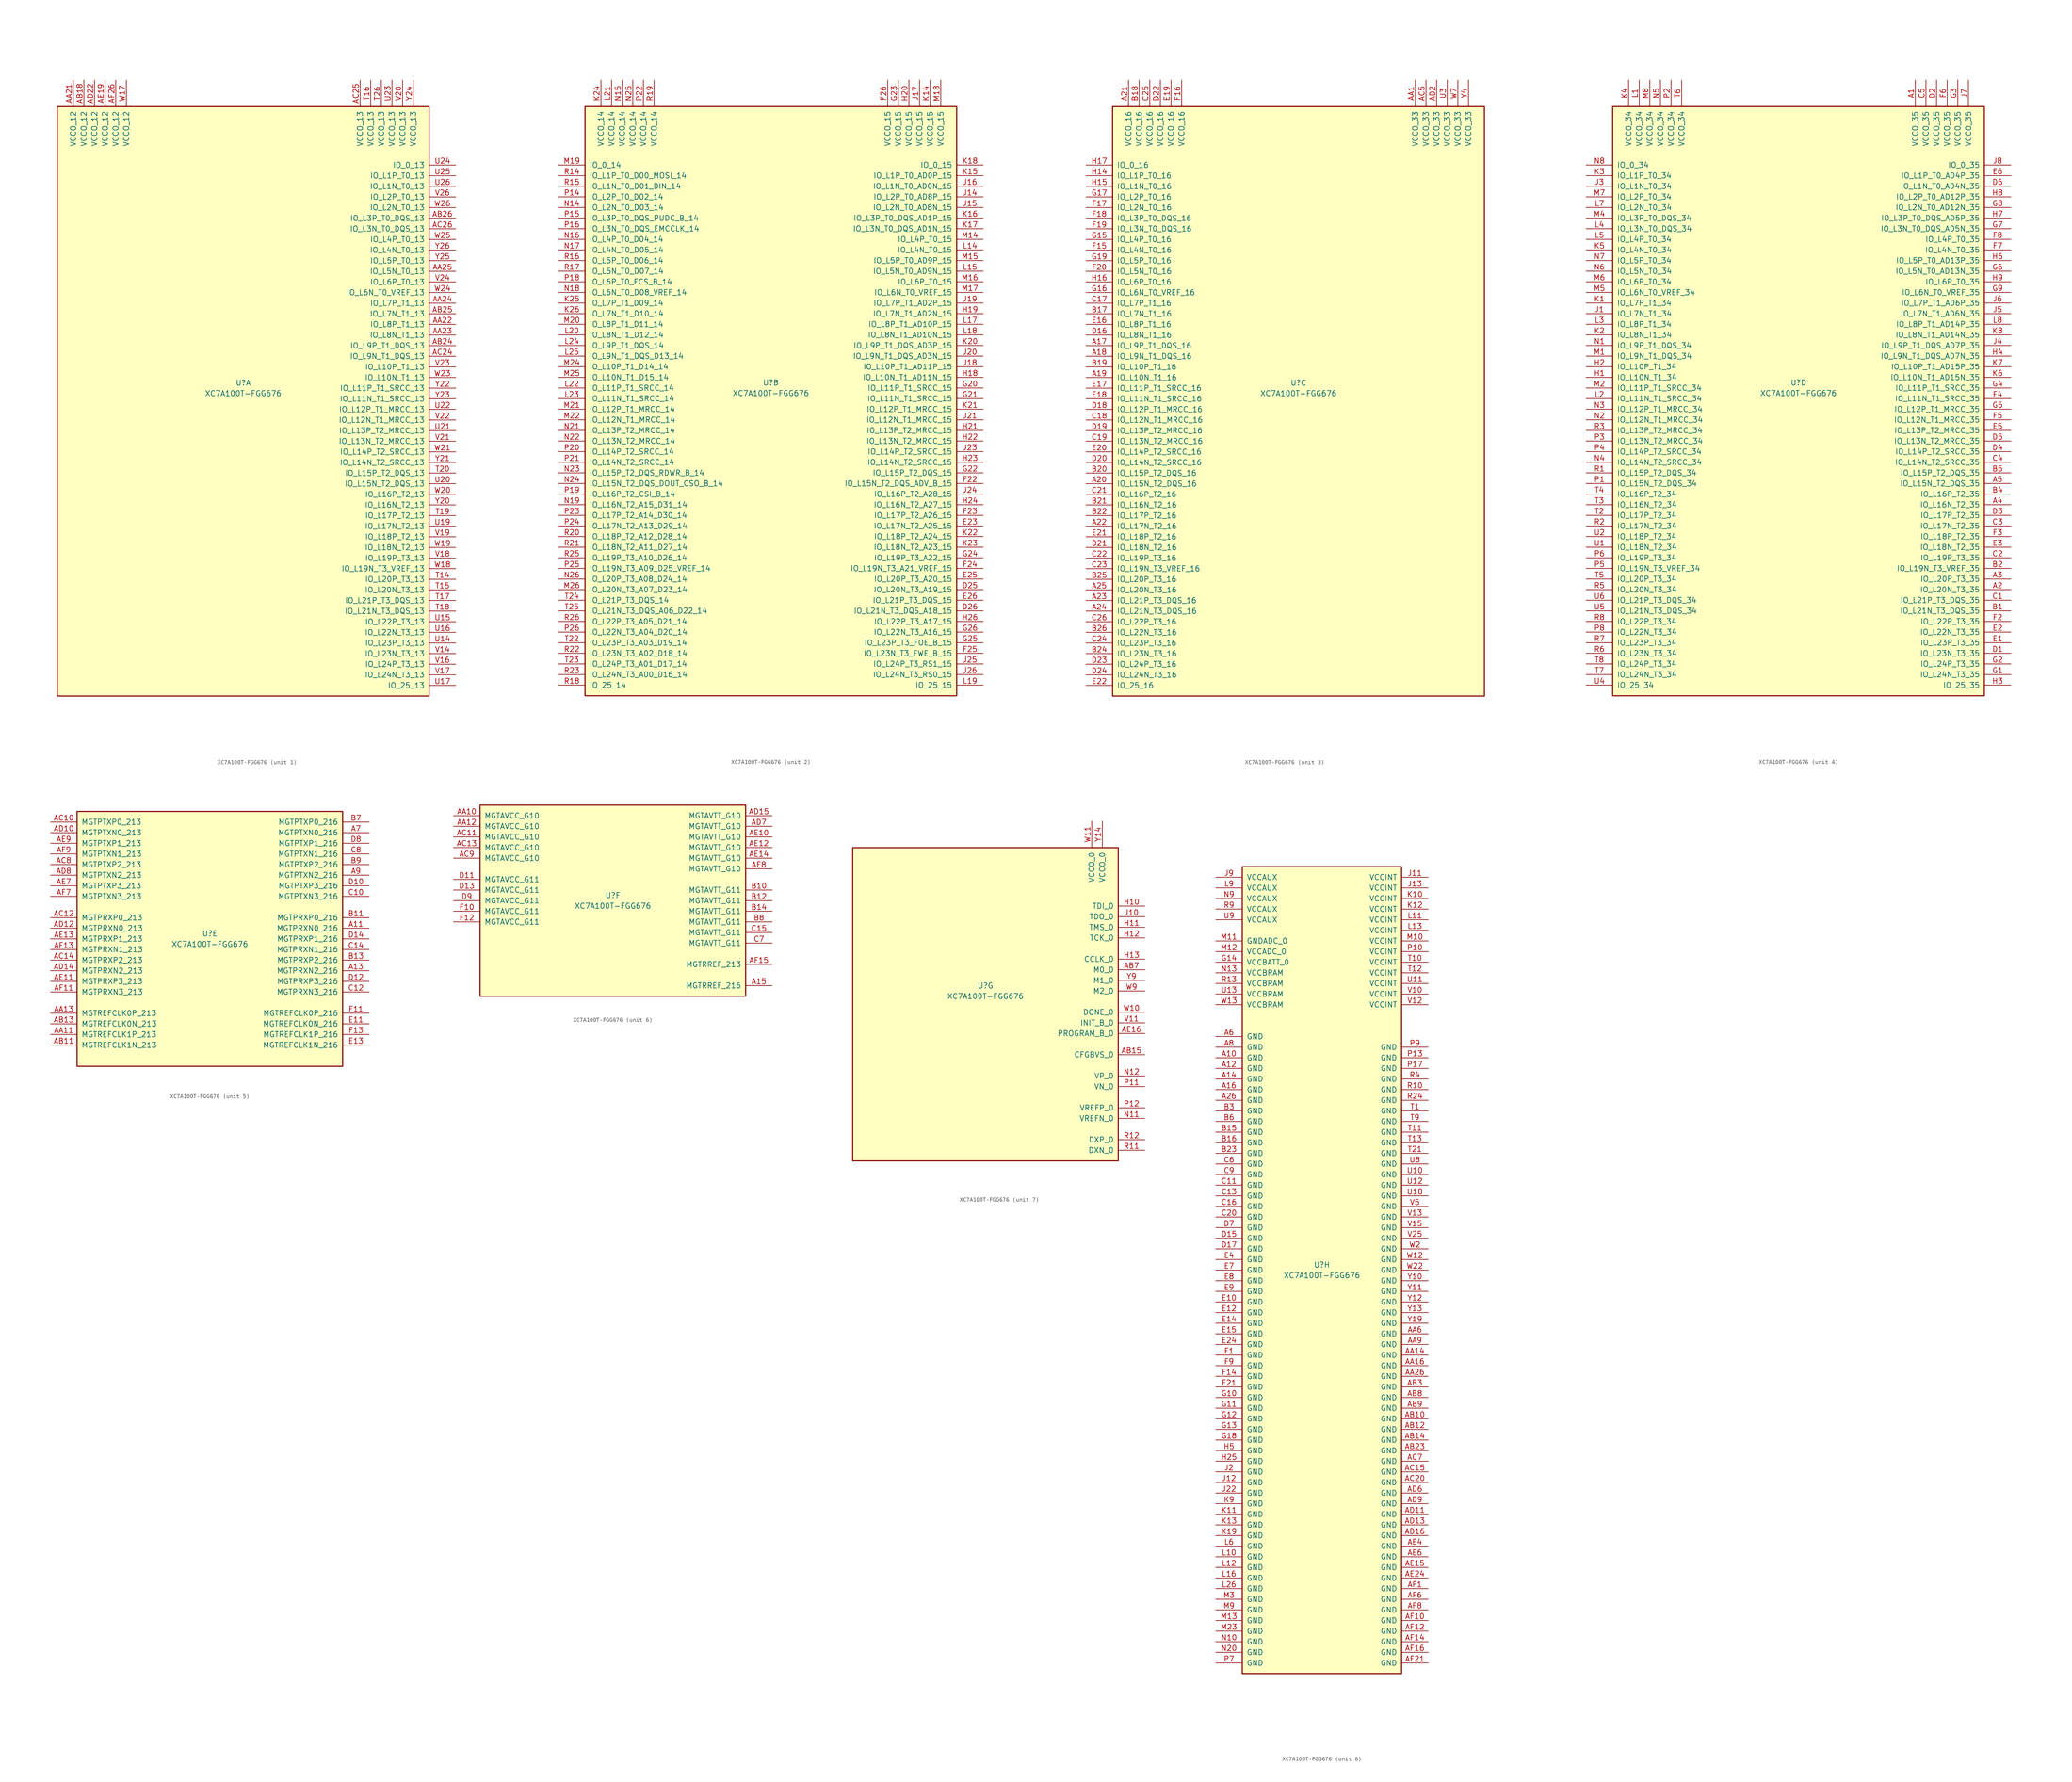
<source format=kicad_sym>
(kicad_symbol_lib
  (version 20231120)
  (generator "kicad_symbol_editor")
  (generator_version "8.0")
  (symbol "XC7A100T-FGG676"
    (pin_names
      (offset 1.016))
    (property "Reference" "U"
      (at 0 1.27 0)
      (effects (font (size 1.27 1.27))))
    (property "Value" "XC7A100T-FGG676"
      (at 0 -1.27 0)
      (effects (font (size 1.27 1.27))))
    (property "Datasheet" ""
      (at 0 0 0)
      (effects (font (size 1.27 1.27))))
    (property "ki_locked" ""
      (at 0 0 0)
      (effects (font (size 1.27 1.27))))
    (symbol "XC7A100T-FGG676_1_1"
      (rectangle (start -44.45 67.31) (end 44.45 -73.66) (stroke (width 0.254) (type default)) (fill (type background)))
      (pin power_in line (at -40.64 73.66 270) (length 6.35) (name "VCCO_12" (effects (font (size 1.27 1.27)))) (number "AA21" (effects (font (size 1.27 1.27)))))
      (pin bidirectional line (at 50.8 15.24 180) (length 6.35) (name "IO_L8P_T1_13" (effects (font (size 1.27 1.27)))) (number "AA22" (effects (font (size 1.27 1.27)))))
      (pin bidirectional line (at 50.8 12.7 180) (length 6.35) (name "IO_L8N_T1_13" (effects (font (size 1.27 1.27)))) (number "AA23" (effects (font (size 1.27 1.27)))))
      (pin bidirectional line (at 50.8 20.32 180) (length 6.35) (name "IO_L7P_T1_13" (effects (font (size 1.27 1.27)))) (number "AA24" (effects (font (size 1.27 1.27)))))
      (pin bidirectional line (at 50.8 27.94 180) (length 6.35) (name "IO_L5N_T0_13" (effects (font (size 1.27 1.27)))) (number "AA25" (effects (font (size 1.27 1.27)))))
      (pin power_in line (at -38.1 73.66 270) (length 6.35) (name "VCCO_12" (effects (font (size 1.27 1.27)))) (number "AB18" (effects (font (size 1.27 1.27)))))
      (pin bidirectional line (at 50.8 10.16 180) (length 6.35) (name "IO_L9P_T1_DQS_13" (effects (font (size 1.27 1.27)))) (number "AB24" (effects (font (size 1.27 1.27)))))
      (pin bidirectional line (at 50.8 17.78 180) (length 6.35) (name "IO_L7N_T1_13" (effects (font (size 1.27 1.27)))) (number "AB25" (effects (font (size 1.27 1.27)))))
      (pin bidirectional line (at 50.8 40.64 180) (length 6.35) (name "IO_L3P_T0_DQS_13" (effects (font (size 1.27 1.27)))) (number "AB26" (effects (font (size 1.27 1.27)))))
      (pin bidirectional line (at 50.8 7.62 180) (length 6.35) (name "IO_L9N_T1_DQS_13" (effects (font (size 1.27 1.27)))) (number "AC24" (effects (font (size 1.27 1.27)))))
      (pin power_in line (at 27.94 73.66 270) (length 6.35) (name "VCCO_13" (effects (font (size 1.27 1.27)))) (number "AC25" (effects (font (size 1.27 1.27)))))
      (pin bidirectional line (at 50.8 38.1 180) (length 6.35) (name "IO_L3N_T0_DQS_13" (effects (font (size 1.27 1.27)))) (number "AC26" (effects (font (size 1.27 1.27)))))
      (pin power_in line (at -35.56 73.66 270) (length 6.35) (name "VCCO_12" (effects (font (size 1.27 1.27)))) (number "AD22" (effects (font (size 1.27 1.27)))))
      (pin power_in line (at -33.02 73.66 270) (length 6.35) (name "VCCO_12" (effects (font (size 1.27 1.27)))) (number "AE19" (effects (font (size 1.27 1.27)))))
      (pin power_in line (at -30.48 73.66 270) (length 6.35) (name "VCCO_12" (effects (font (size 1.27 1.27)))) (number "AF26" (effects (font (size 1.27 1.27)))))
      (pin bidirectional line (at 50.8 -45.72 180) (length 6.35) (name "IO_L20P_T3_13" (effects (font (size 1.27 1.27)))) (number "T14" (effects (font (size 1.27 1.27)))))
      (pin bidirectional line (at 50.8 -48.26 180) (length 6.35) (name "IO_L20N_T3_13" (effects (font (size 1.27 1.27)))) (number "T15" (effects (font (size 1.27 1.27)))))
      (pin power_in line (at 30.48 73.66 270) (length 6.35) (name "VCCO_13" (effects (font (size 1.27 1.27)))) (number "T16" (effects (font (size 1.27 1.27)))))
      (pin bidirectional line (at 50.8 -50.8 180) (length 6.35) (name "IO_L21P_T3_DQS_13" (effects (font (size 1.27 1.27)))) (number "T17" (effects (font (size 1.27 1.27)))))
      (pin bidirectional line (at 50.8 -53.34 180) (length 6.35) (name "IO_L21N_T3_DQS_13" (effects (font (size 1.27 1.27)))) (number "T18" (effects (font (size 1.27 1.27)))))
      (pin bidirectional line (at 50.8 -30.48 180) (length 6.35) (name "IO_L17P_T2_13" (effects (font (size 1.27 1.27)))) (number "T19" (effects (font (size 1.27 1.27)))))
      (pin bidirectional line (at 50.8 -20.32 180) (length 6.35) (name "IO_L15P_T2_DQS_13" (effects (font (size 1.27 1.27)))) (number "T20" (effects (font (size 1.27 1.27)))))
      (pin power_in line (at 33.02 73.66 270) (length 6.35) (name "VCCO_13" (effects (font (size 1.27 1.27)))) (number "T26" (effects (font (size 1.27 1.27)))))
      (pin bidirectional line (at 50.8 -60.96 180) (length 6.35) (name "IO_L23P_T3_13" (effects (font (size 1.27 1.27)))) (number "U14" (effects (font (size 1.27 1.27)))))
      (pin bidirectional line (at 50.8 -55.88 180) (length 6.35) (name "IO_L22P_T3_13" (effects (font (size 1.27 1.27)))) (number "U15" (effects (font (size 1.27 1.27)))))
      (pin bidirectional line (at 50.8 -58.42 180) (length 6.35) (name "IO_L22N_T3_13" (effects (font (size 1.27 1.27)))) (number "U16" (effects (font (size 1.27 1.27)))))
      (pin bidirectional line (at 50.8 -71.12 180) (length 6.35) (name "IO_25_13" (effects (font (size 1.27 1.27)))) (number "U17" (effects (font (size 1.27 1.27)))))
      (pin bidirectional line (at 50.8 -33.02 180) (length 6.35) (name "IO_L17N_T2_13" (effects (font (size 1.27 1.27)))) (number "U19" (effects (font (size 1.27 1.27)))))
      (pin bidirectional line (at 50.8 -22.86 180) (length 6.35) (name "IO_L15N_T2_DQS_13" (effects (font (size 1.27 1.27)))) (number "U20" (effects (font (size 1.27 1.27)))))
      (pin bidirectional line (at 50.8 -10.16 180) (length 6.35) (name "IO_L13P_T2_MRCC_13" (effects (font (size 1.27 1.27)))) (number "U21" (effects (font (size 1.27 1.27)))))
      (pin bidirectional line (at 50.8 -5.08 180) (length 6.35) (name "IO_L12P_T1_MRCC_13" (effects (font (size 1.27 1.27)))) (number "U22" (effects (font (size 1.27 1.27)))))
      (pin power_in line (at 35.56 73.66 270) (length 6.35) (name "VCCO_13" (effects (font (size 1.27 1.27)))) (number "U23" (effects (font (size 1.27 1.27)))))
      (pin bidirectional line (at 50.8 53.34 180) (length 6.35) (name "IO_0_13" (effects (font (size 1.27 1.27)))) (number "U24" (effects (font (size 1.27 1.27)))))
      (pin bidirectional line (at 50.8 50.8 180) (length 6.35) (name "IO_L1P_T0_13" (effects (font (size 1.27 1.27)))) (number "U25" (effects (font (size 1.27 1.27)))))
      (pin bidirectional line (at 50.8 48.26 180) (length 6.35) (name "IO_L1N_T0_13" (effects (font (size 1.27 1.27)))) (number "U26" (effects (font (size 1.27 1.27)))))
      (pin bidirectional line (at 50.8 -63.5 180) (length 6.35) (name "IO_L23N_T3_13" (effects (font (size 1.27 1.27)))) (number "V14" (effects (font (size 1.27 1.27)))))
      (pin bidirectional line (at 50.8 -66.04 180) (length 6.35) (name "IO_L24P_T3_13" (effects (font (size 1.27 1.27)))) (number "V16" (effects (font (size 1.27 1.27)))))
      (pin bidirectional line (at 50.8 -68.58 180) (length 6.35) (name "IO_L24N_T3_13" (effects (font (size 1.27 1.27)))) (number "V17" (effects (font (size 1.27 1.27)))))
      (pin bidirectional line (at 50.8 -40.64 180) (length 6.35) (name "IO_L19P_T3_13" (effects (font (size 1.27 1.27)))) (number "V18" (effects (font (size 1.27 1.27)))))
      (pin bidirectional line (at 50.8 -35.56 180) (length 6.35) (name "IO_L18P_T2_13" (effects (font (size 1.27 1.27)))) (number "V19" (effects (font (size 1.27 1.27)))))
      (pin power_in line (at 38.1 73.66 270) (length 6.35) (name "VCCO_13" (effects (font (size 1.27 1.27)))) (number "V20" (effects (font (size 1.27 1.27)))))
      (pin bidirectional line (at 50.8 -12.7 180) (length 6.35) (name "IO_L13N_T2_MRCC_13" (effects (font (size 1.27 1.27)))) (number "V21" (effects (font (size 1.27 1.27)))))
      (pin bidirectional line (at 50.8 -7.62 180) (length 6.35) (name "IO_L12N_T1_MRCC_13" (effects (font (size 1.27 1.27)))) (number "V22" (effects (font (size 1.27 1.27)))))
      (pin bidirectional line (at 50.8 5.08 180) (length 6.35) (name "IO_L10P_T1_13" (effects (font (size 1.27 1.27)))) (number "V23" (effects (font (size 1.27 1.27)))))
      (pin bidirectional line (at 50.8 25.4 180) (length 6.35) (name "IO_L6P_T0_13" (effects (font (size 1.27 1.27)))) (number "V24" (effects (font (size 1.27 1.27)))))
      (pin bidirectional line (at 50.8 45.72 180) (length 6.35) (name "IO_L2P_T0_13" (effects (font (size 1.27 1.27)))) (number "V26" (effects (font (size 1.27 1.27)))))
      (pin power_in line (at -27.94 73.66 270) (length 6.35) (name "VCCO_12" (effects (font (size 1.27 1.27)))) (number "W17" (effects (font (size 1.27 1.27)))))
      (pin bidirectional line (at 50.8 -43.18 180) (length 6.35) (name "IO_L19N_T3_VREF_13" (effects (font (size 1.27 1.27)))) (number "W18" (effects (font (size 1.27 1.27)))))
      (pin bidirectional line (at 50.8 -38.1 180) (length 6.35) (name "IO_L18N_T2_13" (effects (font (size 1.27 1.27)))) (number "W19" (effects (font (size 1.27 1.27)))))
      (pin bidirectional line (at 50.8 -25.4 180) (length 6.35) (name "IO_L16P_T2_13" (effects (font (size 1.27 1.27)))) (number "W20" (effects (font (size 1.27 1.27)))))
      (pin bidirectional line (at 50.8 -15.24 180) (length 6.35) (name "IO_L14P_T2_SRCC_13" (effects (font (size 1.27 1.27)))) (number "W21" (effects (font (size 1.27 1.27)))))
      (pin bidirectional line (at 50.8 2.54 180) (length 6.35) (name "IO_L10N_T1_13" (effects (font (size 1.27 1.27)))) (number "W23" (effects (font (size 1.27 1.27)))))
      (pin bidirectional line (at 50.8 22.86 180) (length 6.35) (name "IO_L6N_T0_VREF_13" (effects (font (size 1.27 1.27)))) (number "W24" (effects (font (size 1.27 1.27)))))
      (pin bidirectional line (at 50.8 35.56 180) (length 6.35) (name "IO_L4P_T0_13" (effects (font (size 1.27 1.27)))) (number "W25" (effects (font (size 1.27 1.27)))))
      (pin bidirectional line (at 50.8 43.18 180) (length 6.35) (name "IO_L2N_T0_13" (effects (font (size 1.27 1.27)))) (number "W26" (effects (font (size 1.27 1.27)))))
      (pin bidirectional line (at 50.8 -27.94 180) (length 6.35) (name "IO_L16N_T2_13" (effects (font (size 1.27 1.27)))) (number "Y20" (effects (font (size 1.27 1.27)))))
      (pin bidirectional line (at 50.8 -17.78 180) (length 6.35) (name "IO_L14N_T2_SRCC_13" (effects (font (size 1.27 1.27)))) (number "Y21" (effects (font (size 1.27 1.27)))))
      (pin bidirectional line (at 50.8 0 180) (length 6.35) (name "IO_L11P_T1_SRCC_13" (effects (font (size 1.27 1.27)))) (number "Y22" (effects (font (size 1.27 1.27)))))
      (pin bidirectional line (at 50.8 -2.54 180) (length 6.35) (name "IO_L11N_T1_SRCC_13" (effects (font (size 1.27 1.27)))) (number "Y23" (effects (font (size 1.27 1.27)))))
      (pin power_in line (at 40.64 73.66 270) (length 6.35) (name "VCCO_13" (effects (font (size 1.27 1.27)))) (number "Y24" (effects (font (size 1.27 1.27)))))
      (pin bidirectional line (at 50.8 30.48 180) (length 6.35) (name "IO_L5P_T0_13" (effects (font (size 1.27 1.27)))) (number "Y25" (effects (font (size 1.27 1.27)))))
      (pin bidirectional line (at 50.8 33.02 180) (length 6.35) (name "IO_L4N_T0_13" (effects (font (size 1.27 1.27)))) (number "Y26" (effects (font (size 1.27 1.27))))))
    (symbol "XC7A100T-FGG676_2_1"
      (rectangle (start -44.45 67.31) (end 44.45 -73.66) (stroke (width 0.254) (type default)) (fill (type background)))
      (pin bidirectional line (at 50.8 -48.26 180) (length 6.35) (name "IO_L20N_T3_A19_15" (effects (font (size 1.27 1.27)))) (number "D25" (effects (font (size 1.27 1.27)))))
      (pin bidirectional line (at 50.8 -53.34 180) (length 6.35) (name "IO_L21N_T3_DQS_A18_15" (effects (font (size 1.27 1.27)))) (number "D26" (effects (font (size 1.27 1.27)))))
      (pin bidirectional line (at 50.8 -33.02 180) (length 6.35) (name "IO_L17N_T2_A25_15" (effects (font (size 1.27 1.27)))) (number "E23" (effects (font (size 1.27 1.27)))))
      (pin bidirectional line (at 50.8 -45.72 180) (length 6.35) (name "IO_L20P_T3_A20_15" (effects (font (size 1.27 1.27)))) (number "E25" (effects (font (size 1.27 1.27)))))
      (pin bidirectional line (at 50.8 -50.8 180) (length 6.35) (name "IO_L21P_T3_DQS_15" (effects (font (size 1.27 1.27)))) (number "E26" (effects (font (size 1.27 1.27)))))
      (pin bidirectional line (at 50.8 -22.86 180) (length 6.35) (name "IO_L15N_T2_DQS_ADV_B_15" (effects (font (size 1.27 1.27)))) (number "F22" (effects (font (size 1.27 1.27)))))
      (pin bidirectional line (at 50.8 -30.48 180) (length 6.35) (name "IO_L17P_T2_A26_15" (effects (font (size 1.27 1.27)))) (number "F23" (effects (font (size 1.27 1.27)))))
      (pin bidirectional line (at 50.8 -43.18 180) (length 6.35) (name "IO_L19N_T3_A21_VREF_15" (effects (font (size 1.27 1.27)))) (number "F24" (effects (font (size 1.27 1.27)))))
      (pin bidirectional line (at 50.8 -63.5 180) (length 6.35) (name "IO_L23N_T3_FWE_B_15" (effects (font (size 1.27 1.27)))) (number "F25" (effects (font (size 1.27 1.27)))))
      (pin power_in line (at 27.94 73.66 270) (length 6.35) (name "VCCO_15" (effects (font (size 1.27 1.27)))) (number "F26" (effects (font (size 1.27 1.27)))))
      (pin bidirectional line (at 50.8 0 180) (length 6.35) (name "IO_L11P_T1_SRCC_15" (effects (font (size 1.27 1.27)))) (number "G20" (effects (font (size 1.27 1.27)))))
      (pin bidirectional line (at 50.8 -2.54 180) (length 6.35) (name "IO_L11N_T1_SRCC_15" (effects (font (size 1.27 1.27)))) (number "G21" (effects (font (size 1.27 1.27)))))
      (pin bidirectional line (at 50.8 -20.32 180) (length 6.35) (name "IO_L15P_T2_DQS_15" (effects (font (size 1.27 1.27)))) (number "G22" (effects (font (size 1.27 1.27)))))
      (pin power_in line (at 30.48 73.66 270) (length 6.35) (name "VCCO_15" (effects (font (size 1.27 1.27)))) (number "G23" (effects (font (size 1.27 1.27)))))
      (pin bidirectional line (at 50.8 -40.64 180) (length 6.35) (name "IO_L19P_T3_A22_15" (effects (font (size 1.27 1.27)))) (number "G24" (effects (font (size 1.27 1.27)))))
      (pin bidirectional line (at 50.8 -60.96 180) (length 6.35) (name "IO_L23P_T3_FOE_B_15" (effects (font (size 1.27 1.27)))) (number "G25" (effects (font (size 1.27 1.27)))))
      (pin bidirectional line (at 50.8 -58.42 180) (length 6.35) (name "IO_L22N_T3_A16_15" (effects (font (size 1.27 1.27)))) (number "G26" (effects (font (size 1.27 1.27)))))
      (pin bidirectional line (at 50.8 2.54 180) (length 6.35) (name "IO_L10N_T1_AD11N_15" (effects (font (size 1.27 1.27)))) (number "H18" (effects (font (size 1.27 1.27)))))
      (pin bidirectional line (at 50.8 17.78 180) (length 6.35) (name "IO_L7N_T1_AD2N_15" (effects (font (size 1.27 1.27)))) (number "H19" (effects (font (size 1.27 1.27)))))
      (pin power_in line (at 33.02 73.66 270) (length 6.35) (name "VCCO_15" (effects (font (size 1.27 1.27)))) (number "H20" (effects (font (size 1.27 1.27)))))
      (pin bidirectional line (at 50.8 -10.16 180) (length 6.35) (name "IO_L13P_T2_MRCC_15" (effects (font (size 1.27 1.27)))) (number "H21" (effects (font (size 1.27 1.27)))))
      (pin bidirectional line (at 50.8 -12.7 180) (length 6.35) (name "IO_L13N_T2_MRCC_15" (effects (font (size 1.27 1.27)))) (number "H22" (effects (font (size 1.27 1.27)))))
      (pin bidirectional line (at 50.8 -17.78 180) (length 6.35) (name "IO_L14N_T2_SRCC_15" (effects (font (size 1.27 1.27)))) (number "H23" (effects (font (size 1.27 1.27)))))
      (pin bidirectional line (at 50.8 -27.94 180) (length 6.35) (name "IO_L16N_T2_A27_15" (effects (font (size 1.27 1.27)))) (number "H24" (effects (font (size 1.27 1.27)))))
      (pin bidirectional line (at 50.8 -55.88 180) (length 6.35) (name "IO_L22P_T3_A17_15" (effects (font (size 1.27 1.27)))) (number "H26" (effects (font (size 1.27 1.27)))))
      (pin bidirectional line (at 50.8 45.72 180) (length 6.35) (name "IO_L2P_T0_AD8P_15" (effects (font (size 1.27 1.27)))) (number "J14" (effects (font (size 1.27 1.27)))))
      (pin bidirectional line (at 50.8 43.18 180) (length 6.35) (name "IO_L2N_T0_AD8N_15" (effects (font (size 1.27 1.27)))) (number "J15" (effects (font (size 1.27 1.27)))))
      (pin bidirectional line (at 50.8 48.26 180) (length 6.35) (name "IO_L1N_T0_AD0N_15" (effects (font (size 1.27 1.27)))) (number "J16" (effects (font (size 1.27 1.27)))))
      (pin power_in line (at 35.56 73.66 270) (length 6.35) (name "VCCO_15" (effects (font (size 1.27 1.27)))) (number "J17" (effects (font (size 1.27 1.27)))))
      (pin bidirectional line (at 50.8 5.08 180) (length 6.35) (name "IO_L10P_T1_AD11P_15" (effects (font (size 1.27 1.27)))) (number "J18" (effects (font (size 1.27 1.27)))))
      (pin bidirectional line (at 50.8 20.32 180) (length 6.35) (name "IO_L7P_T1_AD2P_15" (effects (font (size 1.27 1.27)))) (number "J19" (effects (font (size 1.27 1.27)))))
      (pin bidirectional line (at 50.8 7.62 180) (length 6.35) (name "IO_L9N_T1_DQS_AD3N_15" (effects (font (size 1.27 1.27)))) (number "J20" (effects (font (size 1.27 1.27)))))
      (pin bidirectional line (at 50.8 -7.62 180) (length 6.35) (name "IO_L12N_T1_MRCC_15" (effects (font (size 1.27 1.27)))) (number "J21" (effects (font (size 1.27 1.27)))))
      (pin bidirectional line (at 50.8 -15.24 180) (length 6.35) (name "IO_L14P_T2_SRCC_15" (effects (font (size 1.27 1.27)))) (number "J23" (effects (font (size 1.27 1.27)))))
      (pin bidirectional line (at 50.8 -25.4 180) (length 6.35) (name "IO_L16P_T2_A28_15" (effects (font (size 1.27 1.27)))) (number "J24" (effects (font (size 1.27 1.27)))))
      (pin bidirectional line (at 50.8 -66.04 180) (length 6.35) (name "IO_L24P_T3_RS1_15" (effects (font (size 1.27 1.27)))) (number "J25" (effects (font (size 1.27 1.27)))))
      (pin bidirectional line (at 50.8 -68.58 180) (length 6.35) (name "IO_L24N_T3_RS0_15" (effects (font (size 1.27 1.27)))) (number "J26" (effects (font (size 1.27 1.27)))))
      (pin power_in line (at 38.1 73.66 270) (length 6.35) (name "VCCO_15" (effects (font (size 1.27 1.27)))) (number "K14" (effects (font (size 1.27 1.27)))))
      (pin bidirectional line (at 50.8 50.8 180) (length 6.35) (name "IO_L1P_T0_AD0P_15" (effects (font (size 1.27 1.27)))) (number "K15" (effects (font (size 1.27 1.27)))))
      (pin bidirectional line (at 50.8 40.64 180) (length 6.35) (name "IO_L3P_T0_DQS_AD1P_15" (effects (font (size 1.27 1.27)))) (number "K16" (effects (font (size 1.27 1.27)))))
      (pin bidirectional line (at 50.8 38.1 180) (length 6.35) (name "IO_L3N_T0_DQS_AD1N_15" (effects (font (size 1.27 1.27)))) (number "K17" (effects (font (size 1.27 1.27)))))
      (pin bidirectional line (at 50.8 53.34 180) (length 6.35) (name "IO_0_15" (effects (font (size 1.27 1.27)))) (number "K18" (effects (font (size 1.27 1.27)))))
      (pin bidirectional line (at 50.8 10.16 180) (length 6.35) (name "IO_L9P_T1_DQS_AD3P_15" (effects (font (size 1.27 1.27)))) (number "K20" (effects (font (size 1.27 1.27)))))
      (pin bidirectional line (at 50.8 -5.08 180) (length 6.35) (name "IO_L12P_T1_MRCC_15" (effects (font (size 1.27 1.27)))) (number "K21" (effects (font (size 1.27 1.27)))))
      (pin bidirectional line (at 50.8 -35.56 180) (length 6.35) (name "IO_L18P_T2_A24_15" (effects (font (size 1.27 1.27)))) (number "K22" (effects (font (size 1.27 1.27)))))
      (pin bidirectional line (at 50.8 -38.1 180) (length 6.35) (name "IO_L18N_T2_A23_15" (effects (font (size 1.27 1.27)))) (number "K23" (effects (font (size 1.27 1.27)))))
      (pin power_in line (at -40.64 73.66 270) (length 6.35) (name "VCCO_14" (effects (font (size 1.27 1.27)))) (number "K24" (effects (font (size 1.27 1.27)))))
      (pin bidirectional line (at -50.8 20.32 0) (length 6.35) (name "IO_L7P_T1_D09_14" (effects (font (size 1.27 1.27)))) (number "K25" (effects (font (size 1.27 1.27)))))
      (pin bidirectional line (at -50.8 17.78 0) (length 6.35) (name "IO_L7N_T1_D10_14" (effects (font (size 1.27 1.27)))) (number "K26" (effects (font (size 1.27 1.27)))))
      (pin bidirectional line (at 50.8 33.02 180) (length 6.35) (name "IO_L4N_T0_15" (effects (font (size 1.27 1.27)))) (number "L14" (effects (font (size 1.27 1.27)))))
      (pin bidirectional line (at 50.8 27.94 180) (length 6.35) (name "IO_L5N_T0_AD9N_15" (effects (font (size 1.27 1.27)))) (number "L15" (effects (font (size 1.27 1.27)))))
      (pin bidirectional line (at 50.8 15.24 180) (length 6.35) (name "IO_L8P_T1_AD10P_15" (effects (font (size 1.27 1.27)))) (number "L17" (effects (font (size 1.27 1.27)))))
      (pin bidirectional line (at 50.8 12.7 180) (length 6.35) (name "IO_L8N_T1_AD10N_15" (effects (font (size 1.27 1.27)))) (number "L18" (effects (font (size 1.27 1.27)))))
      (pin bidirectional line (at 50.8 -71.12 180) (length 6.35) (name "IO_25_15" (effects (font (size 1.27 1.27)))) (number "L19" (effects (font (size 1.27 1.27)))))
      (pin bidirectional line (at -50.8 12.7 0) (length 6.35) (name "IO_L8N_T1_D12_14" (effects (font (size 1.27 1.27)))) (number "L20" (effects (font (size 1.27 1.27)))))
      (pin power_in line (at -38.1 73.66 270) (length 6.35) (name "VCCO_14" (effects (font (size 1.27 1.27)))) (number "L21" (effects (font (size 1.27 1.27)))))
      (pin bidirectional line (at -50.8 0 0) (length 6.35) (name "IO_L11P_T1_SRCC_14" (effects (font (size 1.27 1.27)))) (number "L22" (effects (font (size 1.27 1.27)))))
      (pin bidirectional line (at -50.8 -2.54 0) (length 6.35) (name "IO_L11N_T1_SRCC_14" (effects (font (size 1.27 1.27)))) (number "L23" (effects (font (size 1.27 1.27)))))
      (pin bidirectional line (at -50.8 10.16 0) (length 6.35) (name "IO_L9P_T1_DQS_14" (effects (font (size 1.27 1.27)))) (number "L24" (effects (font (size 1.27 1.27)))))
      (pin bidirectional line (at -50.8 7.62 0) (length 6.35) (name "IO_L9N_T1_DQS_D13_14" (effects (font (size 1.27 1.27)))) (number "L25" (effects (font (size 1.27 1.27)))))
      (pin bidirectional line (at 50.8 35.56 180) (length 6.35) (name "IO_L4P_T0_15" (effects (font (size 1.27 1.27)))) (number "M14" (effects (font (size 1.27 1.27)))))
      (pin bidirectional line (at 50.8 30.48 180) (length 6.35) (name "IO_L5P_T0_AD9P_15" (effects (font (size 1.27 1.27)))) (number "M15" (effects (font (size 1.27 1.27)))))
      (pin bidirectional line (at 50.8 25.4 180) (length 6.35) (name "IO_L6P_T0_15" (effects (font (size 1.27 1.27)))) (number "M16" (effects (font (size 1.27 1.27)))))
      (pin bidirectional line (at 50.8 22.86 180) (length 6.35) (name "IO_L6N_T0_VREF_15" (effects (font (size 1.27 1.27)))) (number "M17" (effects (font (size 1.27 1.27)))))
      (pin power_in line (at 40.64 73.66 270) (length 6.35) (name "VCCO_15" (effects (font (size 1.27 1.27)))) (number "M18" (effects (font (size 1.27 1.27)))))
      (pin bidirectional line (at -50.8 53.34 0) (length 6.35) (name "IO_0_14" (effects (font (size 1.27 1.27)))) (number "M19" (effects (font (size 1.27 1.27)))))
      (pin bidirectional line (at -50.8 15.24 0) (length 6.35) (name "IO_L8P_T1_D11_14" (effects (font (size 1.27 1.27)))) (number "M20" (effects (font (size 1.27 1.27)))))
      (pin bidirectional line (at -50.8 -5.08 0) (length 6.35) (name "IO_L12P_T1_MRCC_14" (effects (font (size 1.27 1.27)))) (number "M21" (effects (font (size 1.27 1.27)))))
      (pin bidirectional line (at -50.8 -7.62 0) (length 6.35) (name "IO_L12N_T1_MRCC_14" (effects (font (size 1.27 1.27)))) (number "M22" (effects (font (size 1.27 1.27)))))
      (pin bidirectional line (at -50.8 5.08 0) (length 6.35) (name "IO_L10P_T1_D14_14" (effects (font (size 1.27 1.27)))) (number "M24" (effects (font (size 1.27 1.27)))))
      (pin bidirectional line (at -50.8 2.54 0) (length 6.35) (name "IO_L10N_T1_D15_14" (effects (font (size 1.27 1.27)))) (number "M25" (effects (font (size 1.27 1.27)))))
      (pin bidirectional line (at -50.8 -48.26 0) (length 6.35) (name "IO_L20N_T3_A07_D23_14" (effects (font (size 1.27 1.27)))) (number "M26" (effects (font (size 1.27 1.27)))))
      (pin bidirectional line (at -50.8 43.18 0) (length 6.35) (name "IO_L2N_T0_D03_14" (effects (font (size 1.27 1.27)))) (number "N14" (effects (font (size 1.27 1.27)))))
      (pin power_in line (at -35.56 73.66 270) (length 6.35) (name "VCCO_14" (effects (font (size 1.27 1.27)))) (number "N15" (effects (font (size 1.27 1.27)))))
      (pin bidirectional line (at -50.8 35.56 0) (length 6.35) (name "IO_L4P_T0_D04_14" (effects (font (size 1.27 1.27)))) (number "N16" (effects (font (size 1.27 1.27)))))
      (pin bidirectional line (at -50.8 33.02 0) (length 6.35) (name "IO_L4N_T0_D05_14" (effects (font (size 1.27 1.27)))) (number "N17" (effects (font (size 1.27 1.27)))))
      (pin bidirectional line (at -50.8 22.86 0) (length 6.35) (name "IO_L6N_T0_D08_VREF_14" (effects (font (size 1.27 1.27)))) (number "N18" (effects (font (size 1.27 1.27)))))
      (pin bidirectional line (at -50.8 -27.94 0) (length 6.35) (name "IO_L16N_T2_A15_D31_14" (effects (font (size 1.27 1.27)))) (number "N19" (effects (font (size 1.27 1.27)))))
      (pin bidirectional line (at -50.8 -10.16 0) (length 6.35) (name "IO_L13P_T2_MRCC_14" (effects (font (size 1.27 1.27)))) (number "N21" (effects (font (size 1.27 1.27)))))
      (pin bidirectional line (at -50.8 -12.7 0) (length 6.35) (name "IO_L13N_T2_MRCC_14" (effects (font (size 1.27 1.27)))) (number "N22" (effects (font (size 1.27 1.27)))))
      (pin bidirectional line (at -50.8 -20.32 0) (length 6.35) (name "IO_L15P_T2_DQS_RDWR_B_14" (effects (font (size 1.27 1.27)))) (number "N23" (effects (font (size 1.27 1.27)))))
      (pin bidirectional line (at -50.8 -22.86 0) (length 6.35) (name "IO_L15N_T2_DQS_DOUT_CSO_B_14" (effects (font (size 1.27 1.27)))) (number "N24" (effects (font (size 1.27 1.27)))))
      (pin power_in line (at -33.02 73.66 270) (length 6.35) (name "VCCO_14" (effects (font (size 1.27 1.27)))) (number "N25" (effects (font (size 1.27 1.27)))))
      (pin bidirectional line (at -50.8 -45.72 0) (length 6.35) (name "IO_L20P_T3_A08_D24_14" (effects (font (size 1.27 1.27)))) (number "N26" (effects (font (size 1.27 1.27)))))
      (pin bidirectional line (at -50.8 45.72 0) (length 6.35) (name "IO_L2P_T0_D02_14" (effects (font (size 1.27 1.27)))) (number "P14" (effects (font (size 1.27 1.27)))))
      (pin bidirectional line (at -50.8 40.64 0) (length 6.35) (name "IO_L3P_T0_DQS_PUDC_B_14" (effects (font (size 1.27 1.27)))) (number "P15" (effects (font (size 1.27 1.27)))))
      (pin bidirectional line (at -50.8 38.1 0) (length 6.35) (name "IO_L3N_T0_DQS_EMCCLK_14" (effects (font (size 1.27 1.27)))) (number "P16" (effects (font (size 1.27 1.27)))))
      (pin bidirectional line (at -50.8 25.4 0) (length 6.35) (name "IO_L6P_T0_FCS_B_14" (effects (font (size 1.27 1.27)))) (number "P18" (effects (font (size 1.27 1.27)))))
      (pin bidirectional line (at -50.8 -25.4 0) (length 6.35) (name "IO_L16P_T2_CSI_B_14" (effects (font (size 1.27 1.27)))) (number "P19" (effects (font (size 1.27 1.27)))))
      (pin bidirectional line (at -50.8 -15.24 0) (length 6.35) (name "IO_L14P_T2_SRCC_14" (effects (font (size 1.27 1.27)))) (number "P20" (effects (font (size 1.27 1.27)))))
      (pin bidirectional line (at -50.8 -17.78 0) (length 6.35) (name "IO_L14N_T2_SRCC_14" (effects (font (size 1.27 1.27)))) (number "P21" (effects (font (size 1.27 1.27)))))
      (pin power_in line (at -30.48 73.66 270) (length 6.35) (name "VCCO_14" (effects (font (size 1.27 1.27)))) (number "P22" (effects (font (size 1.27 1.27)))))
      (pin bidirectional line (at -50.8 -30.48 0) (length 6.35) (name "IO_L17P_T2_A14_D30_14" (effects (font (size 1.27 1.27)))) (number "P23" (effects (font (size 1.27 1.27)))))
      (pin bidirectional line (at -50.8 -33.02 0) (length 6.35) (name "IO_L17N_T2_A13_D29_14" (effects (font (size 1.27 1.27)))) (number "P24" (effects (font (size 1.27 1.27)))))
      (pin bidirectional line (at -50.8 -43.18 0) (length 6.35) (name "IO_L19N_T3_A09_D25_VREF_14" (effects (font (size 1.27 1.27)))) (number "P25" (effects (font (size 1.27 1.27)))))
      (pin bidirectional line (at -50.8 -58.42 0) (length 6.35) (name "IO_L22N_T3_A04_D20_14" (effects (font (size 1.27 1.27)))) (number "P26" (effects (font (size 1.27 1.27)))))
      (pin bidirectional line (at -50.8 50.8 0) (length 6.35) (name "IO_L1P_T0_D00_MOSI_14" (effects (font (size 1.27 1.27)))) (number "R14" (effects (font (size 1.27 1.27)))))
      (pin bidirectional line (at -50.8 48.26 0) (length 6.35) (name "IO_L1N_T0_D01_DIN_14" (effects (font (size 1.27 1.27)))) (number "R15" (effects (font (size 1.27 1.27)))))
      (pin bidirectional line (at -50.8 30.48 0) (length 6.35) (name "IO_L5P_T0_D06_14" (effects (font (size 1.27 1.27)))) (number "R16" (effects (font (size 1.27 1.27)))))
      (pin bidirectional line (at -50.8 27.94 0) (length 6.35) (name "IO_L5N_T0_D07_14" (effects (font (size 1.27 1.27)))) (number "R17" (effects (font (size 1.27 1.27)))))
      (pin bidirectional line (at -50.8 -71.12 0) (length 6.35) (name "IO_25_14" (effects (font (size 1.27 1.27)))) (number "R18" (effects (font (size 1.27 1.27)))))
      (pin power_in line (at -27.94 73.66 270) (length 6.35) (name "VCCO_14" (effects (font (size 1.27 1.27)))) (number "R19" (effects (font (size 1.27 1.27)))))
      (pin bidirectional line (at -50.8 -35.56 0) (length 6.35) (name "IO_L18P_T2_A12_D28_14" (effects (font (size 1.27 1.27)))) (number "R20" (effects (font (size 1.27 1.27)))))
      (pin bidirectional line (at -50.8 -38.1 0) (length 6.35) (name "IO_L18N_T2_A11_D27_14" (effects (font (size 1.27 1.27)))) (number "R21" (effects (font (size 1.27 1.27)))))
      (pin bidirectional line (at -50.8 -63.5 0) (length 6.35) (name "IO_L23N_T3_A02_D18_14" (effects (font (size 1.27 1.27)))) (number "R22" (effects (font (size 1.27 1.27)))))
      (pin bidirectional line (at -50.8 -68.58 0) (length 6.35) (name "IO_L24N_T3_A00_D16_14" (effects (font (size 1.27 1.27)))) (number "R23" (effects (font (size 1.27 1.27)))))
      (pin bidirectional line (at -50.8 -40.64 0) (length 6.35) (name "IO_L19P_T3_A10_D26_14" (effects (font (size 1.27 1.27)))) (number "R25" (effects (font (size 1.27 1.27)))))
      (pin bidirectional line (at -50.8 -55.88 0) (length 6.35) (name "IO_L22P_T3_A05_D21_14" (effects (font (size 1.27 1.27)))) (number "R26" (effects (font (size 1.27 1.27)))))
      (pin bidirectional line (at -50.8 -60.96 0) (length 6.35) (name "IO_L23P_T3_A03_D19_14" (effects (font (size 1.27 1.27)))) (number "T22" (effects (font (size 1.27 1.27)))))
      (pin bidirectional line (at -50.8 -66.04 0) (length 6.35) (name "IO_L24P_T3_A01_D17_14" (effects (font (size 1.27 1.27)))) (number "T23" (effects (font (size 1.27 1.27)))))
      (pin bidirectional line (at -50.8 -50.8 0) (length 6.35) (name "IO_L21P_T3_DQS_14" (effects (font (size 1.27 1.27)))) (number "T24" (effects (font (size 1.27 1.27)))))
      (pin bidirectional line (at -50.8 -53.34 0) (length 6.35) (name "IO_L21N_T3_DQS_A06_D22_14" (effects (font (size 1.27 1.27)))) (number "T25" (effects (font (size 1.27 1.27))))))
    (symbol "XC7A100T-FGG676_3_1"
      (rectangle (start -44.45 67.31) (end 44.45 -73.66) (stroke (width 0.254) (type default)) (fill (type background)))
      (pin bidirectional line (at -50.8 10.16 0) (length 6.35) (name "IO_L9P_T1_DQS_16" (effects (font (size 1.27 1.27)))) (number "A17" (effects (font (size 1.27 1.27)))))
      (pin bidirectional line (at -50.8 7.62 0) (length 6.35) (name "IO_L9N_T1_DQS_16" (effects (font (size 1.27 1.27)))) (number "A18" (effects (font (size 1.27 1.27)))))
      (pin bidirectional line (at -50.8 2.54 0) (length 6.35) (name "IO_L10N_T1_16" (effects (font (size 1.27 1.27)))) (number "A19" (effects (font (size 1.27 1.27)))))
      (pin bidirectional line (at -50.8 -22.86 0) (length 6.35) (name "IO_L15N_T2_DQS_16" (effects (font (size 1.27 1.27)))) (number "A20" (effects (font (size 1.27 1.27)))))
      (pin power_in line (at -40.64 73.66 270) (length 6.35) (name "VCCO_16" (effects (font (size 1.27 1.27)))) (number "A21" (effects (font (size 1.27 1.27)))))
      (pin bidirectional line (at -50.8 -33.02 0) (length 6.35) (name "IO_L17N_T2_16" (effects (font (size 1.27 1.27)))) (number "A22" (effects (font (size 1.27 1.27)))))
      (pin bidirectional line (at -50.8 -50.8 0) (length 6.35) (name "IO_L21P_T3_DQS_16" (effects (font (size 1.27 1.27)))) (number "A23" (effects (font (size 1.27 1.27)))))
      (pin bidirectional line (at -50.8 -53.34 0) (length 6.35) (name "IO_L21N_T3_DQS_16" (effects (font (size 1.27 1.27)))) (number "A24" (effects (font (size 1.27 1.27)))))
      (pin bidirectional line (at -50.8 -48.26 0) (length 6.35) (name "IO_L20N_T3_16" (effects (font (size 1.27 1.27)))) (number "A25" (effects (font (size 1.27 1.27)))))
      (pin power_in line (at 27.94 73.66 270) (length 6.35) (name "VCCO_33" (effects (font (size 1.27 1.27)))) (number "AA1" (effects (font (size 1.27 1.27)))))
      (pin power_in line (at 30.48 73.66 270) (length 6.35) (name "VCCO_33" (effects (font (size 1.27 1.27)))) (number "AC5" (effects (font (size 1.27 1.27)))))
      (pin power_in line (at 33.02 73.66 270) (length 6.35) (name "VCCO_33" (effects (font (size 1.27 1.27)))) (number "AD2" (effects (font (size 1.27 1.27)))))
      (pin bidirectional line (at -50.8 17.78 0) (length 6.35) (name "IO_L7N_T1_16" (effects (font (size 1.27 1.27)))) (number "B17" (effects (font (size 1.27 1.27)))))
      (pin power_in line (at -38.1 73.66 270) (length 6.35) (name "VCCO_16" (effects (font (size 1.27 1.27)))) (number "B18" (effects (font (size 1.27 1.27)))))
      (pin bidirectional line (at -50.8 5.08 0) (length 6.35) (name "IO_L10P_T1_16" (effects (font (size 1.27 1.27)))) (number "B19" (effects (font (size 1.27 1.27)))))
      (pin bidirectional line (at -50.8 -20.32 0) (length 6.35) (name "IO_L15P_T2_DQS_16" (effects (font (size 1.27 1.27)))) (number "B20" (effects (font (size 1.27 1.27)))))
      (pin bidirectional line (at -50.8 -27.94 0) (length 6.35) (name "IO_L16N_T2_16" (effects (font (size 1.27 1.27)))) (number "B21" (effects (font (size 1.27 1.27)))))
      (pin bidirectional line (at -50.8 -30.48 0) (length 6.35) (name "IO_L17P_T2_16" (effects (font (size 1.27 1.27)))) (number "B22" (effects (font (size 1.27 1.27)))))
      (pin bidirectional line (at -50.8 -63.5 0) (length 6.35) (name "IO_L23N_T3_16" (effects (font (size 1.27 1.27)))) (number "B24" (effects (font (size 1.27 1.27)))))
      (pin bidirectional line (at -50.8 -45.72 0) (length 6.35) (name "IO_L20P_T3_16" (effects (font (size 1.27 1.27)))) (number "B25" (effects (font (size 1.27 1.27)))))
      (pin bidirectional line (at -50.8 -58.42 0) (length 6.35) (name "IO_L22N_T3_16" (effects (font (size 1.27 1.27)))) (number "B26" (effects (font (size 1.27 1.27)))))
      (pin bidirectional line (at -50.8 20.32 0) (length 6.35) (name "IO_L7P_T1_16" (effects (font (size 1.27 1.27)))) (number "C17" (effects (font (size 1.27 1.27)))))
      (pin bidirectional line (at -50.8 -7.62 0) (length 6.35) (name "IO_L12N_T1_MRCC_16" (effects (font (size 1.27 1.27)))) (number "C18" (effects (font (size 1.27 1.27)))))
      (pin bidirectional line (at -50.8 -12.7 0) (length 6.35) (name "IO_L13N_T2_MRCC_16" (effects (font (size 1.27 1.27)))) (number "C19" (effects (font (size 1.27 1.27)))))
      (pin bidirectional line (at -50.8 -25.4 0) (length 6.35) (name "IO_L16P_T2_16" (effects (font (size 1.27 1.27)))) (number "C21" (effects (font (size 1.27 1.27)))))
      (pin bidirectional line (at -50.8 -40.64 0) (length 6.35) (name "IO_L19P_T3_16" (effects (font (size 1.27 1.27)))) (number "C22" (effects (font (size 1.27 1.27)))))
      (pin bidirectional line (at -50.8 -43.18 0) (length 6.35) (name "IO_L19N_T3_VREF_16" (effects (font (size 1.27 1.27)))) (number "C23" (effects (font (size 1.27 1.27)))))
      (pin bidirectional line (at -50.8 -60.96 0) (length 6.35) (name "IO_L23P_T3_16" (effects (font (size 1.27 1.27)))) (number "C24" (effects (font (size 1.27 1.27)))))
      (pin power_in line (at -35.56 73.66 270) (length 6.35) (name "VCCO_16" (effects (font (size 1.27 1.27)))) (number "C25" (effects (font (size 1.27 1.27)))))
      (pin bidirectional line (at -50.8 -55.88 0) (length 6.35) (name "IO_L22P_T3_16" (effects (font (size 1.27 1.27)))) (number "C26" (effects (font (size 1.27 1.27)))))
      (pin bidirectional line (at -50.8 12.7 0) (length 6.35) (name "IO_L8N_T1_16" (effects (font (size 1.27 1.27)))) (number "D16" (effects (font (size 1.27 1.27)))))
      (pin bidirectional line (at -50.8 -5.08 0) (length 6.35) (name "IO_L12P_T1_MRCC_16" (effects (font (size 1.27 1.27)))) (number "D18" (effects (font (size 1.27 1.27)))))
      (pin bidirectional line (at -50.8 -10.16 0) (length 6.35) (name "IO_L13P_T2_MRCC_16" (effects (font (size 1.27 1.27)))) (number "D19" (effects (font (size 1.27 1.27)))))
      (pin bidirectional line (at -50.8 -17.78 0) (length 6.35) (name "IO_L14N_T2_SRCC_16" (effects (font (size 1.27 1.27)))) (number "D20" (effects (font (size 1.27 1.27)))))
      (pin bidirectional line (at -50.8 -38.1 0) (length 6.35) (name "IO_L18N_T2_16" (effects (font (size 1.27 1.27)))) (number "D21" (effects (font (size 1.27 1.27)))))
      (pin power_in line (at -33.02 73.66 270) (length 6.35) (name "VCCO_16" (effects (font (size 1.27 1.27)))) (number "D22" (effects (font (size 1.27 1.27)))))
      (pin bidirectional line (at -50.8 -66.04 0) (length 6.35) (name "IO_L24P_T3_16" (effects (font (size 1.27 1.27)))) (number "D23" (effects (font (size 1.27 1.27)))))
      (pin bidirectional line (at -50.8 -68.58 0) (length 6.35) (name "IO_L24N_T3_16" (effects (font (size 1.27 1.27)))) (number "D24" (effects (font (size 1.27 1.27)))))
      (pin bidirectional line (at -50.8 15.24 0) (length 6.35) (name "IO_L8P_T1_16" (effects (font (size 1.27 1.27)))) (number "E16" (effects (font (size 1.27 1.27)))))
      (pin bidirectional line (at -50.8 0 0) (length 6.35) (name "IO_L11P_T1_SRCC_16" (effects (font (size 1.27 1.27)))) (number "E17" (effects (font (size 1.27 1.27)))))
      (pin bidirectional line (at -50.8 -2.54 0) (length 6.35) (name "IO_L11N_T1_SRCC_16" (effects (font (size 1.27 1.27)))) (number "E18" (effects (font (size 1.27 1.27)))))
      (pin power_in line (at -30.48 73.66 270) (length 6.35) (name "VCCO_16" (effects (font (size 1.27 1.27)))) (number "E19" (effects (font (size 1.27 1.27)))))
      (pin bidirectional line (at -50.8 -15.24 0) (length 6.35) (name "IO_L14P_T2_SRCC_16" (effects (font (size 1.27 1.27)))) (number "E20" (effects (font (size 1.27 1.27)))))
      (pin bidirectional line (at -50.8 -35.56 0) (length 6.35) (name "IO_L18P_T2_16" (effects (font (size 1.27 1.27)))) (number "E21" (effects (font (size 1.27 1.27)))))
      (pin bidirectional line (at -50.8 -71.12 0) (length 6.35) (name "IO_25_16" (effects (font (size 1.27 1.27)))) (number "E22" (effects (font (size 1.27 1.27)))))
      (pin bidirectional line (at -50.8 33.02 0) (length 6.35) (name "IO_L4N_T0_16" (effects (font (size 1.27 1.27)))) (number "F15" (effects (font (size 1.27 1.27)))))
      (pin power_in line (at -27.94 73.66 270) (length 6.35) (name "VCCO_16" (effects (font (size 1.27 1.27)))) (number "F16" (effects (font (size 1.27 1.27)))))
      (pin bidirectional line (at -50.8 43.18 0) (length 6.35) (name "IO_L2N_T0_16" (effects (font (size 1.27 1.27)))) (number "F17" (effects (font (size 1.27 1.27)))))
      (pin bidirectional line (at -50.8 40.64 0) (length 6.35) (name "IO_L3P_T0_DQS_16" (effects (font (size 1.27 1.27)))) (number "F18" (effects (font (size 1.27 1.27)))))
      (pin bidirectional line (at -50.8 38.1 0) (length 6.35) (name "IO_L3N_T0_DQS_16" (effects (font (size 1.27 1.27)))) (number "F19" (effects (font (size 1.27 1.27)))))
      (pin bidirectional line (at -50.8 27.94 0) (length 6.35) (name "IO_L5N_T0_16" (effects (font (size 1.27 1.27)))) (number "F20" (effects (font (size 1.27 1.27)))))
      (pin bidirectional line (at -50.8 35.56 0) (length 6.35) (name "IO_L4P_T0_16" (effects (font (size 1.27 1.27)))) (number "G15" (effects (font (size 1.27 1.27)))))
      (pin bidirectional line (at -50.8 22.86 0) (length 6.35) (name "IO_L6N_T0_VREF_16" (effects (font (size 1.27 1.27)))) (number "G16" (effects (font (size 1.27 1.27)))))
      (pin bidirectional line (at -50.8 45.72 0) (length 6.35) (name "IO_L2P_T0_16" (effects (font (size 1.27 1.27)))) (number "G17" (effects (font (size 1.27 1.27)))))
      (pin bidirectional line (at -50.8 30.48 0) (length 6.35) (name "IO_L5P_T0_16" (effects (font (size 1.27 1.27)))) (number "G19" (effects (font (size 1.27 1.27)))))
      (pin bidirectional line (at -50.8 50.8 0) (length 6.35) (name "IO_L1P_T0_16" (effects (font (size 1.27 1.27)))) (number "H14" (effects (font (size 1.27 1.27)))))
      (pin bidirectional line (at -50.8 48.26 0) (length 6.35) (name "IO_L1N_T0_16" (effects (font (size 1.27 1.27)))) (number "H15" (effects (font (size 1.27 1.27)))))
      (pin bidirectional line (at -50.8 25.4 0) (length 6.35) (name "IO_L6P_T0_16" (effects (font (size 1.27 1.27)))) (number "H16" (effects (font (size 1.27 1.27)))))
      (pin bidirectional line (at -50.8 53.34 0) (length 6.35) (name "IO_0_16" (effects (font (size 1.27 1.27)))) (number "H17" (effects (font (size 1.27 1.27)))))
      (pin power_in line (at 35.56 73.66 270) (length 6.35) (name "VCCO_33" (effects (font (size 1.27 1.27)))) (number "U3" (effects (font (size 1.27 1.27)))))
      (pin power_in line (at 38.1 73.66 270) (length 6.35) (name "VCCO_33" (effects (font (size 1.27 1.27)))) (number "W7" (effects (font (size 1.27 1.27)))))
      (pin power_in line (at 40.64 73.66 270) (length 6.35) (name "VCCO_33" (effects (font (size 1.27 1.27)))) (number "Y4" (effects (font (size 1.27 1.27))))))
    (symbol "XC7A100T-FGG676_4_1"
      (rectangle (start -44.45 67.31) (end 44.45 -73.66) (stroke (width 0.254) (type default)) (fill (type background)))
      (pin power_in line (at 27.94 73.66 270) (length 6.35) (name "VCCO_35" (effects (font (size 1.27 1.27)))) (number "A1" (effects (font (size 1.27 1.27)))))
      (pin bidirectional line (at 50.8 -48.26 180) (length 6.35) (name "IO_L20N_T3_35" (effects (font (size 1.27 1.27)))) (number "A2" (effects (font (size 1.27 1.27)))))
      (pin bidirectional line (at 50.8 -45.72 180) (length 6.35) (name "IO_L20P_T3_35" (effects (font (size 1.27 1.27)))) (number "A3" (effects (font (size 1.27 1.27)))))
      (pin bidirectional line (at 50.8 -27.94 180) (length 6.35) (name "IO_L16N_T2_35" (effects (font (size 1.27 1.27)))) (number "A4" (effects (font (size 1.27 1.27)))))
      (pin bidirectional line (at 50.8 -22.86 180) (length 6.35) (name "IO_L15N_T2_DQS_35" (effects (font (size 1.27 1.27)))) (number "A5" (effects (font (size 1.27 1.27)))))
      (pin bidirectional line (at 50.8 -53.34 180) (length 6.35) (name "IO_L21N_T3_DQS_35" (effects (font (size 1.27 1.27)))) (number "B1" (effects (font (size 1.27 1.27)))))
      (pin bidirectional line (at 50.8 -43.18 180) (length 6.35) (name "IO_L19N_T3_VREF_35" (effects (font (size 1.27 1.27)))) (number "B2" (effects (font (size 1.27 1.27)))))
      (pin bidirectional line (at 50.8 -25.4 180) (length 6.35) (name "IO_L16P_T2_35" (effects (font (size 1.27 1.27)))) (number "B4" (effects (font (size 1.27 1.27)))))
      (pin bidirectional line (at 50.8 -20.32 180) (length 6.35) (name "IO_L15P_T2_DQS_35" (effects (font (size 1.27 1.27)))) (number "B5" (effects (font (size 1.27 1.27)))))
      (pin bidirectional line (at 50.8 -50.8 180) (length 6.35) (name "IO_L21P_T3_DQS_35" (effects (font (size 1.27 1.27)))) (number "C1" (effects (font (size 1.27 1.27)))))
      (pin bidirectional line (at 50.8 -40.64 180) (length 6.35) (name "IO_L19P_T3_35" (effects (font (size 1.27 1.27)))) (number "C2" (effects (font (size 1.27 1.27)))))
      (pin bidirectional line (at 50.8 -33.02 180) (length 6.35) (name "IO_L17N_T2_35" (effects (font (size 1.27 1.27)))) (number "C3" (effects (font (size 1.27 1.27)))))
      (pin bidirectional line (at 50.8 -17.78 180) (length 6.35) (name "IO_L14N_T2_SRCC_35" (effects (font (size 1.27 1.27)))) (number "C4" (effects (font (size 1.27 1.27)))))
      (pin power_in line (at 30.48 73.66 270) (length 6.35) (name "VCCO_35" (effects (font (size 1.27 1.27)))) (number "C5" (effects (font (size 1.27 1.27)))))
      (pin bidirectional line (at 50.8 -63.5 180) (length 6.35) (name "IO_L23N_T3_35" (effects (font (size 1.27 1.27)))) (number "D1" (effects (font (size 1.27 1.27)))))
      (pin power_in line (at 33.02 73.66 270) (length 6.35) (name "VCCO_35" (effects (font (size 1.27 1.27)))) (number "D2" (effects (font (size 1.27 1.27)))))
      (pin bidirectional line (at 50.8 -30.48 180) (length 6.35) (name "IO_L17P_T2_35" (effects (font (size 1.27 1.27)))) (number "D3" (effects (font (size 1.27 1.27)))))
      (pin bidirectional line (at 50.8 -15.24 180) (length 6.35) (name "IO_L14P_T2_SRCC_35" (effects (font (size 1.27 1.27)))) (number "D4" (effects (font (size 1.27 1.27)))))
      (pin bidirectional line (at 50.8 -12.7 180) (length 6.35) (name "IO_L13N_T2_MRCC_35" (effects (font (size 1.27 1.27)))) (number "D5" (effects (font (size 1.27 1.27)))))
      (pin bidirectional line (at 50.8 48.26 180) (length 6.35) (name "IO_L1N_T0_AD4N_35" (effects (font (size 1.27 1.27)))) (number "D6" (effects (font (size 1.27 1.27)))))
      (pin bidirectional line (at 50.8 -60.96 180) (length 6.35) (name "IO_L23P_T3_35" (effects (font (size 1.27 1.27)))) (number "E1" (effects (font (size 1.27 1.27)))))
      (pin bidirectional line (at 50.8 -58.42 180) (length 6.35) (name "IO_L22N_T3_35" (effects (font (size 1.27 1.27)))) (number "E2" (effects (font (size 1.27 1.27)))))
      (pin bidirectional line (at 50.8 -38.1 180) (length 6.35) (name "IO_L18N_T2_35" (effects (font (size 1.27 1.27)))) (number "E3" (effects (font (size 1.27 1.27)))))
      (pin bidirectional line (at 50.8 -10.16 180) (length 6.35) (name "IO_L13P_T2_MRCC_35" (effects (font (size 1.27 1.27)))) (number "E5" (effects (font (size 1.27 1.27)))))
      (pin bidirectional line (at 50.8 50.8 180) (length 6.35) (name "IO_L1P_T0_AD4P_35" (effects (font (size 1.27 1.27)))) (number "E6" (effects (font (size 1.27 1.27)))))
      (pin bidirectional line (at 50.8 -55.88 180) (length 6.35) (name "IO_L22P_T3_35" (effects (font (size 1.27 1.27)))) (number "F2" (effects (font (size 1.27 1.27)))))
      (pin bidirectional line (at 50.8 -35.56 180) (length 6.35) (name "IO_L18P_T2_35" (effects (font (size 1.27 1.27)))) (number "F3" (effects (font (size 1.27 1.27)))))
      (pin bidirectional line (at 50.8 -2.54 180) (length 6.35) (name "IO_L11N_T1_SRCC_35" (effects (font (size 1.27 1.27)))) (number "F4" (effects (font (size 1.27 1.27)))))
      (pin bidirectional line (at 50.8 -7.62 180) (length 6.35) (name "IO_L12N_T1_MRCC_35" (effects (font (size 1.27 1.27)))) (number "F5" (effects (font (size 1.27 1.27)))))
      (pin power_in line (at 35.56 73.66 270) (length 6.35) (name "VCCO_35" (effects (font (size 1.27 1.27)))) (number "F6" (effects (font (size 1.27 1.27)))))
      (pin bidirectional line (at 50.8 33.02 180) (length 6.35) (name "IO_L4N_T0_35" (effects (font (size 1.27 1.27)))) (number "F7" (effects (font (size 1.27 1.27)))))
      (pin bidirectional line (at 50.8 35.56 180) (length 6.35) (name "IO_L4P_T0_35" (effects (font (size 1.27 1.27)))) (number "F8" (effects (font (size 1.27 1.27)))))
      (pin bidirectional line (at 50.8 -68.58 180) (length 6.35) (name "IO_L24N_T3_35" (effects (font (size 1.27 1.27)))) (number "G1" (effects (font (size 1.27 1.27)))))
      (pin bidirectional line (at 50.8 -66.04 180) (length 6.35) (name "IO_L24P_T3_35" (effects (font (size 1.27 1.27)))) (number "G2" (effects (font (size 1.27 1.27)))))
      (pin power_in line (at 38.1 73.66 270) (length 6.35) (name "VCCO_35" (effects (font (size 1.27 1.27)))) (number "G3" (effects (font (size 1.27 1.27)))))
      (pin bidirectional line (at 50.8 0 180) (length 6.35) (name "IO_L11P_T1_SRCC_35" (effects (font (size 1.27 1.27)))) (number "G4" (effects (font (size 1.27 1.27)))))
      (pin bidirectional line (at 50.8 -5.08 180) (length 6.35) (name "IO_L12P_T1_MRCC_35" (effects (font (size 1.27 1.27)))) (number "G5" (effects (font (size 1.27 1.27)))))
      (pin bidirectional line (at 50.8 27.94 180) (length 6.35) (name "IO_L5N_T0_AD13N_35" (effects (font (size 1.27 1.27)))) (number "G6" (effects (font (size 1.27 1.27)))))
      (pin bidirectional line (at 50.8 38.1 180) (length 6.35) (name "IO_L3N_T0_DQS_AD5N_35" (effects (font (size 1.27 1.27)))) (number "G7" (effects (font (size 1.27 1.27)))))
      (pin bidirectional line (at 50.8 43.18 180) (length 6.35) (name "IO_L2N_T0_AD12N_35" (effects (font (size 1.27 1.27)))) (number "G8" (effects (font (size 1.27 1.27)))))
      (pin bidirectional line (at 50.8 22.86 180) (length 6.35) (name "IO_L6N_T0_VREF_35" (effects (font (size 1.27 1.27)))) (number "G9" (effects (font (size 1.27 1.27)))))
      (pin bidirectional line (at -50.8 2.54 0) (length 6.35) (name "IO_L10N_T1_34" (effects (font (size 1.27 1.27)))) (number "H1" (effects (font (size 1.27 1.27)))))
      (pin bidirectional line (at -50.8 5.08 0) (length 6.35) (name "IO_L10P_T1_34" (effects (font (size 1.27 1.27)))) (number "H2" (effects (font (size 1.27 1.27)))))
      (pin bidirectional line (at 50.8 -71.12 180) (length 6.35) (name "IO_25_35" (effects (font (size 1.27 1.27)))) (number "H3" (effects (font (size 1.27 1.27)))))
      (pin bidirectional line (at 50.8 7.62 180) (length 6.35) (name "IO_L9N_T1_DQS_AD7N_35" (effects (font (size 1.27 1.27)))) (number "H4" (effects (font (size 1.27 1.27)))))
      (pin bidirectional line (at 50.8 30.48 180) (length 6.35) (name "IO_L5P_T0_AD13P_35" (effects (font (size 1.27 1.27)))) (number "H6" (effects (font (size 1.27 1.27)))))
      (pin bidirectional line (at 50.8 40.64 180) (length 6.35) (name "IO_L3P_T0_DQS_AD5P_35" (effects (font (size 1.27 1.27)))) (number "H7" (effects (font (size 1.27 1.27)))))
      (pin bidirectional line (at 50.8 45.72 180) (length 6.35) (name "IO_L2P_T0_AD12P_35" (effects (font (size 1.27 1.27)))) (number "H8" (effects (font (size 1.27 1.27)))))
      (pin bidirectional line (at 50.8 25.4 180) (length 6.35) (name "IO_L6P_T0_35" (effects (font (size 1.27 1.27)))) (number "H9" (effects (font (size 1.27 1.27)))))
      (pin bidirectional line (at -50.8 17.78 0) (length 6.35) (name "IO_L7N_T1_34" (effects (font (size 1.27 1.27)))) (number "J1" (effects (font (size 1.27 1.27)))))
      (pin bidirectional line (at -50.8 48.26 0) (length 6.35) (name "IO_L1N_T0_34" (effects (font (size 1.27 1.27)))) (number "J3" (effects (font (size 1.27 1.27)))))
      (pin bidirectional line (at 50.8 10.16 180) (length 6.35) (name "IO_L9P_T1_DQS_AD7P_35" (effects (font (size 1.27 1.27)))) (number "J4" (effects (font (size 1.27 1.27)))))
      (pin bidirectional line (at 50.8 17.78 180) (length 6.35) (name "IO_L7N_T1_AD6N_35" (effects (font (size 1.27 1.27)))) (number "J5" (effects (font (size 1.27 1.27)))))
      (pin bidirectional line (at 50.8 20.32 180) (length 6.35) (name "IO_L7P_T1_AD6P_35" (effects (font (size 1.27 1.27)))) (number "J6" (effects (font (size 1.27 1.27)))))
      (pin power_in line (at 40.64 73.66 270) (length 6.35) (name "VCCO_35" (effects (font (size 1.27 1.27)))) (number "J7" (effects (font (size 1.27 1.27)))))
      (pin bidirectional line (at 50.8 53.34 180) (length 6.35) (name "IO_0_35" (effects (font (size 1.27 1.27)))) (number "J8" (effects (font (size 1.27 1.27)))))
      (pin bidirectional line (at -50.8 20.32 0) (length 6.35) (name "IO_L7P_T1_34" (effects (font (size 1.27 1.27)))) (number "K1" (effects (font (size 1.27 1.27)))))
      (pin bidirectional line (at -50.8 12.7 0) (length 6.35) (name "IO_L8N_T1_34" (effects (font (size 1.27 1.27)))) (number "K2" (effects (font (size 1.27 1.27)))))
      (pin bidirectional line (at -50.8 50.8 0) (length 6.35) (name "IO_L1P_T0_34" (effects (font (size 1.27 1.27)))) (number "K3" (effects (font (size 1.27 1.27)))))
      (pin power_in line (at -40.64 73.66 270) (length 6.35) (name "VCCO_34" (effects (font (size 1.27 1.27)))) (number "K4" (effects (font (size 1.27 1.27)))))
      (pin bidirectional line (at -50.8 33.02 0) (length 6.35) (name "IO_L4N_T0_34" (effects (font (size 1.27 1.27)))) (number "K5" (effects (font (size 1.27 1.27)))))
      (pin bidirectional line (at 50.8 2.54 180) (length 6.35) (name "IO_L10N_T1_AD15N_35" (effects (font (size 1.27 1.27)))) (number "K6" (effects (font (size 1.27 1.27)))))
      (pin bidirectional line (at 50.8 5.08 180) (length 6.35) (name "IO_L10P_T1_AD15P_35" (effects (font (size 1.27 1.27)))) (number "K7" (effects (font (size 1.27 1.27)))))
      (pin bidirectional line (at 50.8 12.7 180) (length 6.35) (name "IO_L8N_T1_AD14N_35" (effects (font (size 1.27 1.27)))) (number "K8" (effects (font (size 1.27 1.27)))))
      (pin power_in line (at -38.1 73.66 270) (length 6.35) (name "VCCO_34" (effects (font (size 1.27 1.27)))) (number "L1" (effects (font (size 1.27 1.27)))))
      (pin bidirectional line (at -50.8 -2.54 0) (length 6.35) (name "IO_L11N_T1_SRCC_34" (effects (font (size 1.27 1.27)))) (number "L2" (effects (font (size 1.27 1.27)))))
      (pin bidirectional line (at -50.8 15.24 0) (length 6.35) (name "IO_L8P_T1_34" (effects (font (size 1.27 1.27)))) (number "L3" (effects (font (size 1.27 1.27)))))
      (pin bidirectional line (at -50.8 38.1 0) (length 6.35) (name "IO_L3N_T0_DQS_34" (effects (font (size 1.27 1.27)))) (number "L4" (effects (font (size 1.27 1.27)))))
      (pin bidirectional line (at -50.8 35.56 0) (length 6.35) (name "IO_L4P_T0_34" (effects (font (size 1.27 1.27)))) (number "L5" (effects (font (size 1.27 1.27)))))
      (pin bidirectional line (at -50.8 43.18 0) (length 6.35) (name "IO_L2N_T0_34" (effects (font (size 1.27 1.27)))) (number "L7" (effects (font (size 1.27 1.27)))))
      (pin bidirectional line (at 50.8 15.24 180) (length 6.35) (name "IO_L8P_T1_AD14P_35" (effects (font (size 1.27 1.27)))) (number "L8" (effects (font (size 1.27 1.27)))))
      (pin bidirectional line (at -50.8 7.62 0) (length 6.35) (name "IO_L9N_T1_DQS_34" (effects (font (size 1.27 1.27)))) (number "M1" (effects (font (size 1.27 1.27)))))
      (pin bidirectional line (at -50.8 0 0) (length 6.35) (name "IO_L11P_T1_SRCC_34" (effects (font (size 1.27 1.27)))) (number "M2" (effects (font (size 1.27 1.27)))))
      (pin bidirectional line (at -50.8 40.64 0) (length 6.35) (name "IO_L3P_T0_DQS_34" (effects (font (size 1.27 1.27)))) (number "M4" (effects (font (size 1.27 1.27)))))
      (pin bidirectional line (at -50.8 22.86 0) (length 6.35) (name "IO_L6N_T0_VREF_34" (effects (font (size 1.27 1.27)))) (number "M5" (effects (font (size 1.27 1.27)))))
      (pin bidirectional line (at -50.8 25.4 0) (length 6.35) (name "IO_L6P_T0_34" (effects (font (size 1.27 1.27)))) (number "M6" (effects (font (size 1.27 1.27)))))
      (pin bidirectional line (at -50.8 45.72 0) (length 6.35) (name "IO_L2P_T0_34" (effects (font (size 1.27 1.27)))) (number "M7" (effects (font (size 1.27 1.27)))))
      (pin power_in line (at -35.56 73.66 270) (length 6.35) (name "VCCO_34" (effects (font (size 1.27 1.27)))) (number "M8" (effects (font (size 1.27 1.27)))))
      (pin bidirectional line (at -50.8 10.16 0) (length 6.35) (name "IO_L9P_T1_DQS_34" (effects (font (size 1.27 1.27)))) (number "N1" (effects (font (size 1.27 1.27)))))
      (pin bidirectional line (at -50.8 -7.62 0) (length 6.35) (name "IO_L12N_T1_MRCC_34" (effects (font (size 1.27 1.27)))) (number "N2" (effects (font (size 1.27 1.27)))))
      (pin bidirectional line (at -50.8 -5.08 0) (length 6.35) (name "IO_L12P_T1_MRCC_34" (effects (font (size 1.27 1.27)))) (number "N3" (effects (font (size 1.27 1.27)))))
      (pin bidirectional line (at -50.8 -17.78 0) (length 6.35) (name "IO_L14N_T2_SRCC_34" (effects (font (size 1.27 1.27)))) (number "N4" (effects (font (size 1.27 1.27)))))
      (pin power_in line (at -33.02 73.66 270) (length 6.35) (name "VCCO_34" (effects (font (size 1.27 1.27)))) (number "N5" (effects (font (size 1.27 1.27)))))
      (pin bidirectional line (at -50.8 27.94 0) (length 6.35) (name "IO_L5N_T0_34" (effects (font (size 1.27 1.27)))) (number "N6" (effects (font (size 1.27 1.27)))))
      (pin bidirectional line (at -50.8 30.48 0) (length 6.35) (name "IO_L5P_T0_34" (effects (font (size 1.27 1.27)))) (number "N7" (effects (font (size 1.27 1.27)))))
      (pin bidirectional line (at -50.8 53.34 0) (length 6.35) (name "IO_0_34" (effects (font (size 1.27 1.27)))) (number "N8" (effects (font (size 1.27 1.27)))))
      (pin bidirectional line (at -50.8 -22.86 0) (length 6.35) (name "IO_L15N_T2_DQS_34" (effects (font (size 1.27 1.27)))) (number "P1" (effects (font (size 1.27 1.27)))))
      (pin power_in line (at -30.48 73.66 270) (length 6.35) (name "VCCO_34" (effects (font (size 1.27 1.27)))) (number "P2" (effects (font (size 1.27 1.27)))))
      (pin bidirectional line (at -50.8 -12.7 0) (length 6.35) (name "IO_L13N_T2_MRCC_34" (effects (font (size 1.27 1.27)))) (number "P3" (effects (font (size 1.27 1.27)))))
      (pin bidirectional line (at -50.8 -15.24 0) (length 6.35) (name "IO_L14P_T2_SRCC_34" (effects (font (size 1.27 1.27)))) (number "P4" (effects (font (size 1.27 1.27)))))
      (pin bidirectional line (at -50.8 -43.18 0) (length 6.35) (name "IO_L19N_T3_VREF_34" (effects (font (size 1.27 1.27)))) (number "P5" (effects (font (size 1.27 1.27)))))
      (pin bidirectional line (at -50.8 -40.64 0) (length 6.35) (name "IO_L19P_T3_34" (effects (font (size 1.27 1.27)))) (number "P6" (effects (font (size 1.27 1.27)))))
      (pin bidirectional line (at -50.8 -58.42 0) (length 6.35) (name "IO_L22N_T3_34" (effects (font (size 1.27 1.27)))) (number "P8" (effects (font (size 1.27 1.27)))))
      (pin bidirectional line (at -50.8 -20.32 0) (length 6.35) (name "IO_L15P_T2_DQS_34" (effects (font (size 1.27 1.27)))) (number "R1" (effects (font (size 1.27 1.27)))))
      (pin bidirectional line (at -50.8 -33.02 0) (length 6.35) (name "IO_L17N_T2_34" (effects (font (size 1.27 1.27)))) (number "R2" (effects (font (size 1.27 1.27)))))
      (pin bidirectional line (at -50.8 -10.16 0) (length 6.35) (name "IO_L13P_T2_MRCC_34" (effects (font (size 1.27 1.27)))) (number "R3" (effects (font (size 1.27 1.27)))))
      (pin bidirectional line (at -50.8 -48.26 0) (length 6.35) (name "IO_L20N_T3_34" (effects (font (size 1.27 1.27)))) (number "R5" (effects (font (size 1.27 1.27)))))
      (pin bidirectional line (at -50.8 -63.5 0) (length 6.35) (name "IO_L23N_T3_34" (effects (font (size 1.27 1.27)))) (number "R6" (effects (font (size 1.27 1.27)))))
      (pin bidirectional line (at -50.8 -60.96 0) (length 6.35) (name "IO_L23P_T3_34" (effects (font (size 1.27 1.27)))) (number "R7" (effects (font (size 1.27 1.27)))))
      (pin bidirectional line (at -50.8 -55.88 0) (length 6.35) (name "IO_L22P_T3_34" (effects (font (size 1.27 1.27)))) (number "R8" (effects (font (size 1.27 1.27)))))
      (pin bidirectional line (at -50.8 -30.48 0) (length 6.35) (name "IO_L17P_T2_34" (effects (font (size 1.27 1.27)))) (number "T2" (effects (font (size 1.27 1.27)))))
      (pin bidirectional line (at -50.8 -27.94 0) (length 6.35) (name "IO_L16N_T2_34" (effects (font (size 1.27 1.27)))) (number "T3" (effects (font (size 1.27 1.27)))))
      (pin bidirectional line (at -50.8 -25.4 0) (length 6.35) (name "IO_L16P_T2_34" (effects (font (size 1.27 1.27)))) (number "T4" (effects (font (size 1.27 1.27)))))
      (pin bidirectional line (at -50.8 -45.72 0) (length 6.35) (name "IO_L20P_T3_34" (effects (font (size 1.27 1.27)))) (number "T5" (effects (font (size 1.27 1.27)))))
      (pin power_in line (at -27.94 73.66 270) (length 6.35) (name "VCCO_34" (effects (font (size 1.27 1.27)))) (number "T6" (effects (font (size 1.27 1.27)))))
      (pin bidirectional line (at -50.8 -68.58 0) (length 6.35) (name "IO_L24N_T3_34" (effects (font (size 1.27 1.27)))) (number "T7" (effects (font (size 1.27 1.27)))))
      (pin bidirectional line (at -50.8 -66.04 0) (length 6.35) (name "IO_L24P_T3_34" (effects (font (size 1.27 1.27)))) (number "T8" (effects (font (size 1.27 1.27)))))
      (pin bidirectional line (at -50.8 -38.1 0) (length 6.35) (name "IO_L18N_T2_34" (effects (font (size 1.27 1.27)))) (number "U1" (effects (font (size 1.27 1.27)))))
      (pin bidirectional line (at -50.8 -35.56 0) (length 6.35) (name "IO_L18P_T2_34" (effects (font (size 1.27 1.27)))) (number "U2" (effects (font (size 1.27 1.27)))))
      (pin bidirectional line (at -50.8 -71.12 0) (length 6.35) (name "IO_25_34" (effects (font (size 1.27 1.27)))) (number "U4" (effects (font (size 1.27 1.27)))))
      (pin bidirectional line (at -50.8 -53.34 0) (length 6.35) (name "IO_L21N_T3_DQS_34" (effects (font (size 1.27 1.27)))) (number "U5" (effects (font (size 1.27 1.27)))))
      (pin bidirectional line (at -50.8 -50.8 0) (length 6.35) (name "IO_L21P_T3_DQS_34" (effects (font (size 1.27 1.27)))) (number "U6" (effects (font (size 1.27 1.27))))))
    (symbol "XC7A100T-FGG676_5_1"
      (rectangle (start -31.75 30.48) (end 31.75 -30.48) (stroke (width 0.254) (type default)) (fill (type background)))
      (pin bidirectional line (at 38.1 2.54 180) (length 6.35) (name "MGTPRXN0_216" (effects (font (size 1.27 1.27)))) (number "A11" (effects (font (size 1.27 1.27)))))
      (pin bidirectional line (at 38.1 -7.62 180) (length 6.35) (name "MGTPRXN2_216" (effects (font (size 1.27 1.27)))) (number "A13" (effects (font (size 1.27 1.27)))))
      (pin bidirectional line (at 38.1 25.4 180) (length 6.35) (name "MGTPTXN0_216" (effects (font (size 1.27 1.27)))) (number "A7" (effects (font (size 1.27 1.27)))))
      (pin bidirectional line (at 38.1 15.24 180) (length 6.35) (name "MGTPTXN2_216" (effects (font (size 1.27 1.27)))) (number "A9" (effects (font (size 1.27 1.27)))))
      (pin bidirectional line (at -38.1 -22.86 0) (length 6.35) (name "MGTREFCLK1P_213" (effects (font (size 1.27 1.27)))) (number "AA11" (effects (font (size 1.27 1.27)))))
      (pin bidirectional line (at -38.1 -17.78 0) (length 6.35) (name "MGTREFCLK0P_213" (effects (font (size 1.27 1.27)))) (number "AA13" (effects (font (size 1.27 1.27)))))
      (pin bidirectional line (at -38.1 -25.4 0) (length 6.35) (name "MGTREFCLK1N_213" (effects (font (size 1.27 1.27)))) (number "AB11" (effects (font (size 1.27 1.27)))))
      (pin bidirectional line (at -38.1 -20.32 0) (length 6.35) (name "MGTREFCLK0N_213" (effects (font (size 1.27 1.27)))) (number "AB13" (effects (font (size 1.27 1.27)))))
      (pin bidirectional line (at -38.1 27.94 0) (length 6.35) (name "MGTPTXP0_213" (effects (font (size 1.27 1.27)))) (number "AC10" (effects (font (size 1.27 1.27)))))
      (pin bidirectional line (at -38.1 5.08 0) (length 6.35) (name "MGTPRXP0_213" (effects (font (size 1.27 1.27)))) (number "AC12" (effects (font (size 1.27 1.27)))))
      (pin bidirectional line (at -38.1 -5.08 0) (length 6.35) (name "MGTPRXP2_213" (effects (font (size 1.27 1.27)))) (number "AC14" (effects (font (size 1.27 1.27)))))
      (pin bidirectional line (at -38.1 17.78 0) (length 6.35) (name "MGTPTXP2_213" (effects (font (size 1.27 1.27)))) (number "AC8" (effects (font (size 1.27 1.27)))))
      (pin bidirectional line (at -38.1 25.4 0) (length 6.35) (name "MGTPTXN0_213" (effects (font (size 1.27 1.27)))) (number "AD10" (effects (font (size 1.27 1.27)))))
      (pin bidirectional line (at -38.1 2.54 0) (length 6.35) (name "MGTPRXN0_213" (effects (font (size 1.27 1.27)))) (number "AD12" (effects (font (size 1.27 1.27)))))
      (pin bidirectional line (at -38.1 -7.62 0) (length 6.35) (name "MGTPRXN2_213" (effects (font (size 1.27 1.27)))) (number "AD14" (effects (font (size 1.27 1.27)))))
      (pin bidirectional line (at -38.1 15.24 0) (length 6.35) (name "MGTPTXN2_213" (effects (font (size 1.27 1.27)))) (number "AD8" (effects (font (size 1.27 1.27)))))
      (pin bidirectional line (at -38.1 -10.16 0) (length 6.35) (name "MGTPRXP3_213" (effects (font (size 1.27 1.27)))) (number "AE11" (effects (font (size 1.27 1.27)))))
      (pin bidirectional line (at -38.1 0 0) (length 6.35) (name "MGTPRXP1_213" (effects (font (size 1.27 1.27)))) (number "AE13" (effects (font (size 1.27 1.27)))))
      (pin bidirectional line (at -38.1 12.7 0) (length 6.35) (name "MGTPTXP3_213" (effects (font (size 1.27 1.27)))) (number "AE7" (effects (font (size 1.27 1.27)))))
      (pin bidirectional line (at -38.1 22.86 0) (length 6.35) (name "MGTPTXP1_213" (effects (font (size 1.27 1.27)))) (number "AE9" (effects (font (size 1.27 1.27)))))
      (pin bidirectional line (at -38.1 -12.7 0) (length 6.35) (name "MGTPRXN3_213" (effects (font (size 1.27 1.27)))) (number "AF11" (effects (font (size 1.27 1.27)))))
      (pin bidirectional line (at -38.1 -2.54 0) (length 6.35) (name "MGTPRXN1_213" (effects (font (size 1.27 1.27)))) (number "AF13" (effects (font (size 1.27 1.27)))))
      (pin bidirectional line (at -38.1 10.16 0) (length 6.35) (name "MGTPTXN3_213" (effects (font (size 1.27 1.27)))) (number "AF7" (effects (font (size 1.27 1.27)))))
      (pin bidirectional line (at -38.1 20.32 0) (length 6.35) (name "MGTPTXN1_213" (effects (font (size 1.27 1.27)))) (number "AF9" (effects (font (size 1.27 1.27)))))
      (pin bidirectional line (at 38.1 5.08 180) (length 6.35) (name "MGTPRXP0_216" (effects (font (size 1.27 1.27)))) (number "B11" (effects (font (size 1.27 1.27)))))
      (pin bidirectional line (at 38.1 -5.08 180) (length 6.35) (name "MGTPRXP2_216" (effects (font (size 1.27 1.27)))) (number "B13" (effects (font (size 1.27 1.27)))))
      (pin bidirectional line (at 38.1 27.94 180) (length 6.35) (name "MGTPTXP0_216" (effects (font (size 1.27 1.27)))) (number "B7" (effects (font (size 1.27 1.27)))))
      (pin bidirectional line (at 38.1 17.78 180) (length 6.35) (name "MGTPTXP2_216" (effects (font (size 1.27 1.27)))) (number "B9" (effects (font (size 1.27 1.27)))))
      (pin bidirectional line (at 38.1 10.16 180) (length 6.35) (name "MGTPTXN3_216" (effects (font (size 1.27 1.27)))) (number "C10" (effects (font (size 1.27 1.27)))))
      (pin bidirectional line (at 38.1 -12.7 180) (length 6.35) (name "MGTPRXN3_216" (effects (font (size 1.27 1.27)))) (number "C12" (effects (font (size 1.27 1.27)))))
      (pin bidirectional line (at 38.1 -2.54 180) (length 6.35) (name "MGTPRXN1_216" (effects (font (size 1.27 1.27)))) (number "C14" (effects (font (size 1.27 1.27)))))
      (pin bidirectional line (at 38.1 20.32 180) (length 6.35) (name "MGTPTXN1_216" (effects (font (size 1.27 1.27)))) (number "C8" (effects (font (size 1.27 1.27)))))
      (pin bidirectional line (at 38.1 12.7 180) (length 6.35) (name "MGTPTXP3_216" (effects (font (size 1.27 1.27)))) (number "D10" (effects (font (size 1.27 1.27)))))
      (pin bidirectional line (at 38.1 -10.16 180) (length 6.35) (name "MGTPRXP3_216" (effects (font (size 1.27 1.27)))) (number "D12" (effects (font (size 1.27 1.27)))))
      (pin bidirectional line (at 38.1 0 180) (length 6.35) (name "MGTPRXP1_216" (effects (font (size 1.27 1.27)))) (number "D14" (effects (font (size 1.27 1.27)))))
      (pin bidirectional line (at 38.1 22.86 180) (length 6.35) (name "MGTPTXP1_216" (effects (font (size 1.27 1.27)))) (number "D8" (effects (font (size 1.27 1.27)))))
      (pin bidirectional line (at 38.1 -20.32 180) (length 6.35) (name "MGTREFCLK0N_216" (effects (font (size 1.27 1.27)))) (number "E11" (effects (font (size 1.27 1.27)))))
      (pin bidirectional line (at 38.1 -25.4 180) (length 6.35) (name "MGTREFCLK1N_216" (effects (font (size 1.27 1.27)))) (number "E13" (effects (font (size 1.27 1.27)))))
      (pin bidirectional line (at 38.1 -17.78 180) (length 6.35) (name "MGTREFCLK0P_216" (effects (font (size 1.27 1.27)))) (number "F11" (effects (font (size 1.27 1.27)))))
      (pin bidirectional line (at 38.1 -22.86 180) (length 6.35) (name "MGTREFCLK1P_216" (effects (font (size 1.27 1.27)))) (number "F13" (effects (font (size 1.27 1.27))))))
    (symbol "XC7A100T-FGG676_6_1"
      (rectangle (start -31.75 22.86) (end 31.75 -22.86) (stroke (width 0.254) (type default)) (fill (type background)))
      (pin power_in line (at 38.1 -20.32 180) (length 6.35) (name "MGTRREF_216" (effects (font (size 1.27 1.27)))) (number "A15" (effects (font (size 1.27 1.27)))))
      (pin power_in line (at -38.1 20.32 0) (length 6.35) (name "MGTAVCC_G10" (effects (font (size 1.27 1.27)))) (number "AA10" (effects (font (size 1.27 1.27)))))
      (pin power_in line (at -38.1 17.78 0) (length 6.35) (name "MGTAVCC_G10" (effects (font (size 1.27 1.27)))) (number "AA12" (effects (font (size 1.27 1.27)))))
      (pin power_in line (at -38.1 15.24 0) (length 6.35) (name "MGTAVCC_G10" (effects (font (size 1.27 1.27)))) (number "AC11" (effects (font (size 1.27 1.27)))))
      (pin power_in line (at -38.1 12.7 0) (length 6.35) (name "MGTAVCC_G10" (effects (font (size 1.27 1.27)))) (number "AC13" (effects (font (size 1.27 1.27)))))
      (pin power_in line (at -38.1 10.16 0) (length 6.35) (name "MGTAVCC_G10" (effects (font (size 1.27 1.27)))) (number "AC9" (effects (font (size 1.27 1.27)))))
      (pin power_in line (at 38.1 20.32 180) (length 6.35) (name "MGTAVTT_G10" (effects (font (size 1.27 1.27)))) (number "AD15" (effects (font (size 1.27 1.27)))))
      (pin power_in line (at 38.1 17.78 180) (length 6.35) (name "MGTAVTT_G10" (effects (font (size 1.27 1.27)))) (number "AD7" (effects (font (size 1.27 1.27)))))
      (pin power_in line (at 38.1 15.24 180) (length 6.35) (name "MGTAVTT_G10" (effects (font (size 1.27 1.27)))) (number "AE10" (effects (font (size 1.27 1.27)))))
      (pin power_in line (at 38.1 12.7 180) (length 6.35) (name "MGTAVTT_G10" (effects (font (size 1.27 1.27)))) (number "AE12" (effects (font (size 1.27 1.27)))))
      (pin power_in line (at 38.1 10.16 180) (length 6.35) (name "MGTAVTT_G10" (effects (font (size 1.27 1.27)))) (number "AE14" (effects (font (size 1.27 1.27)))))
      (pin power_in line (at 38.1 7.62 180) (length 6.35) (name "MGTAVTT_G10" (effects (font (size 1.27 1.27)))) (number "AE8" (effects (font (size 1.27 1.27)))))
      (pin power_in line (at 38.1 -15.24 180) (length 6.35) (name "MGTRREF_213" (effects (font (size 1.27 1.27)))) (number "AF15" (effects (font (size 1.27 1.27)))))
      (pin power_in line (at 38.1 2.54 180) (length 6.35) (name "MGTAVTT_G11" (effects (font (size 1.27 1.27)))) (number "B10" (effects (font (size 1.27 1.27)))))
      (pin power_in line (at 38.1 0 180) (length 6.35) (name "MGTAVTT_G11" (effects (font (size 1.27 1.27)))) (number "B12" (effects (font (size 1.27 1.27)))))
      (pin power_in line (at 38.1 -2.54 180) (length 6.35) (name "MGTAVTT_G11" (effects (font (size 1.27 1.27)))) (number "B14" (effects (font (size 1.27 1.27)))))
      (pin power_in line (at 38.1 -5.08 180) (length 6.35) (name "MGTAVTT_G11" (effects (font (size 1.27 1.27)))) (number "B8" (effects (font (size 1.27 1.27)))))
      (pin power_in line (at 38.1 -7.62 180) (length 6.35) (name "MGTAVTT_G11" (effects (font (size 1.27 1.27)))) (number "C15" (effects (font (size 1.27 1.27)))))
      (pin power_in line (at 38.1 -10.16 180) (length 6.35) (name "MGTAVTT_G11" (effects (font (size 1.27 1.27)))) (number "C7" (effects (font (size 1.27 1.27)))))
      (pin power_in line (at -38.1 5.08 0) (length 6.35) (name "MGTAVCC_G11" (effects (font (size 1.27 1.27)))) (number "D11" (effects (font (size 1.27 1.27)))))
      (pin power_in line (at -38.1 2.54 0) (length 6.35) (name "MGTAVCC_G11" (effects (font (size 1.27 1.27)))) (number "D13" (effects (font (size 1.27 1.27)))))
      (pin power_in line (at -38.1 0 0) (length 6.35) (name "MGTAVCC_G11" (effects (font (size 1.27 1.27)))) (number "D9" (effects (font (size 1.27 1.27)))))
      (pin power_in line (at -38.1 -2.54 0) (length 6.35) (name "MGTAVCC_G11" (effects (font (size 1.27 1.27)))) (number "F10" (effects (font (size 1.27 1.27)))))
      (pin power_in line (at -38.1 -5.08 0) (length 6.35) (name "MGTAVCC_G11" (effects (font (size 1.27 1.27)))) (number "F12" (effects (font (size 1.27 1.27))))))
    (symbol "XC7A100T-FGG676_7_1"
      (rectangle (start -31.75 34.29) (end 31.75 -40.64) (stroke (width 0.254) (type default)) (fill (type background)))
      (pin bidirectional line (at 38.1 -15.24 180) (length 6.35) (name "CFGBVS_0" (effects (font (size 1.27 1.27)))) (number "AB15" (effects (font (size 1.27 1.27)))))
      (pin bidirectional line (at 38.1 5.08 180) (length 6.35) (name "M0_0" (effects (font (size 1.27 1.27)))) (number "AB7" (effects (font (size 1.27 1.27)))))
      (pin bidirectional line (at 38.1 -10.16 180) (length 6.35) (name "PROGRAM_B_0" (effects (font (size 1.27 1.27)))) (number "AE16" (effects (font (size 1.27 1.27)))))
      (pin bidirectional line (at 38.1 20.32 180) (length 6.35) (name "TDI_0" (effects (font (size 1.27 1.27)))) (number "H10" (effects (font (size 1.27 1.27)))))
      (pin bidirectional line (at 38.1 15.24 180) (length 6.35) (name "TMS_0" (effects (font (size 1.27 1.27)))) (number "H11" (effects (font (size 1.27 1.27)))))
      (pin bidirectional line (at 38.1 12.7 180) (length 6.35) (name "TCK_0" (effects (font (size 1.27 1.27)))) (number "H12" (effects (font (size 1.27 1.27)))))
      (pin bidirectional line (at 38.1 7.62 180) (length 6.35) (name "CCLK_0" (effects (font (size 1.27 1.27)))) (number "H13" (effects (font (size 1.27 1.27)))))
      (pin bidirectional line (at 38.1 17.78 180) (length 6.35) (name "TDO_0" (effects (font (size 1.27 1.27)))) (number "J10" (effects (font (size 1.27 1.27)))))
      (pin bidirectional line (at 38.1 -30.48 180) (length 6.35) (name "VREFN_0" (effects (font (size 1.27 1.27)))) (number "N11" (effects (font (size 1.27 1.27)))))
      (pin bidirectional line (at 38.1 -20.32 180) (length 6.35) (name "VP_0" (effects (font (size 1.27 1.27)))) (number "N12" (effects (font (size 1.27 1.27)))))
      (pin bidirectional line (at 38.1 -22.86 180) (length 6.35) (name "VN_0" (effects (font (size 1.27 1.27)))) (number "P11" (effects (font (size 1.27 1.27)))))
      (pin bidirectional line (at 38.1 -27.94 180) (length 6.35) (name "VREFP_0" (effects (font (size 1.27 1.27)))) (number "P12" (effects (font (size 1.27 1.27)))))
      (pin bidirectional line (at 38.1 -38.1 180) (length 6.35) (name "DXN_0" (effects (font (size 1.27 1.27)))) (number "R11" (effects (font (size 1.27 1.27)))))
      (pin bidirectional line (at 38.1 -35.56 180) (length 6.35) (name "DXP_0" (effects (font (size 1.27 1.27)))) (number "R12" (effects (font (size 1.27 1.27)))))
      (pin bidirectional line (at 38.1 -7.62 180) (length 6.35) (name "INIT_B_0" (effects (font (size 1.27 1.27)))) (number "V11" (effects (font (size 1.27 1.27)))))
      (pin bidirectional line (at 38.1 -5.08 180) (length 6.35) (name "DONE_0" (effects (font (size 1.27 1.27)))) (number "W10" (effects (font (size 1.27 1.27)))))
      (pin power_in line (at 25.4 40.64 270) (length 6.35) (name "VCCO_0" (effects (font (size 1.27 1.27)))) (number "W11" (effects (font (size 1.27 1.27)))))
      (pin bidirectional line (at 38.1 0 180) (length 6.35) (name "M2_0" (effects (font (size 1.27 1.27)))) (number "W9" (effects (font (size 1.27 1.27)))))
      (pin power_in line (at 27.94 40.64 270) (length 6.35) (name "VCCO_0" (effects (font (size 1.27 1.27)))) (number "Y14" (effects (font (size 1.27 1.27)))))
      (pin bidirectional line (at 38.1 2.54 180) (length 6.35) (name "M1_0" (effects (font (size 1.27 1.27)))) (number "Y9" (effects (font (size 1.27 1.27))))))
    (symbol "XC7A100T-FGG676_8_1"
      (rectangle (start -19.05 96.52) (end 19.05 -96.52) (stroke (width 0.254) (type default)) (fill (type background)))
      (pin power_in line (at -25.4 50.8 0) (length 6.35) (name "GND" (effects (font (size 1.27 1.27)))) (number "A10" (effects (font (size 1.27 1.27)))))
      (pin power_in line (at -25.4 48.26 0) (length 6.35) (name "GND" (effects (font (size 1.27 1.27)))) (number "A12" (effects (font (size 1.27 1.27)))))
      (pin power_in line (at -25.4 45.72 0) (length 6.35) (name "GND" (effects (font (size 1.27 1.27)))) (number "A14" (effects (font (size 1.27 1.27)))))
      (pin power_in line (at -25.4 43.18 0) (length 6.35) (name "GND" (effects (font (size 1.27 1.27)))) (number "A16" (effects (font (size 1.27 1.27)))))
      (pin power_in line (at -25.4 40.64 0) (length 6.35) (name "GND" (effects (font (size 1.27 1.27)))) (number "A26" (effects (font (size 1.27 1.27)))))
      (pin power_in line (at -25.4 55.88 0) (length 6.35) (name "GND" (effects (font (size 1.27 1.27)))) (number "A6" (effects (font (size 1.27 1.27)))))
      (pin power_in line (at -25.4 53.34 0) (length 6.35) (name "GND" (effects (font (size 1.27 1.27)))) (number "A8" (effects (font (size 1.27 1.27)))))
      (pin power_in line (at 25.4 -20.32 180) (length 6.35) (name "GND" (effects (font (size 1.27 1.27)))) (number "AA14" (effects (font (size 1.27 1.27)))))
      (pin power_in line (at 25.4 -22.86 180) (length 6.35) (name "GND" (effects (font (size 1.27 1.27)))) (number "AA16" (effects (font (size 1.27 1.27)))))
      (pin power_in line (at 25.4 -25.4 180) (length 6.35) (name "GND" (effects (font (size 1.27 1.27)))) (number "AA26" (effects (font (size 1.27 1.27)))))
      (pin power_in line (at 25.4 -15.24 180) (length 6.35) (name "GND" (effects (font (size 1.27 1.27)))) (number "AA6" (effects (font (size 1.27 1.27)))))
      (pin power_in line (at 25.4 -17.78 180) (length 6.35) (name "GND" (effects (font (size 1.27 1.27)))) (number "AA9" (effects (font (size 1.27 1.27)))))
      (pin power_in line (at 25.4 -35.56 180) (length 6.35) (name "GND" (effects (font (size 1.27 1.27)))) (number "AB10" (effects (font (size 1.27 1.27)))))
      (pin power_in line (at 25.4 -38.1 180) (length 6.35) (name "GND" (effects (font (size 1.27 1.27)))) (number "AB12" (effects (font (size 1.27 1.27)))))
      (pin power_in line (at 25.4 -40.64 180) (length 6.35) (name "GND" (effects (font (size 1.27 1.27)))) (number "AB14" (effects (font (size 1.27 1.27)))))
      (pin power_in line (at 25.4 -43.18 180) (length 6.35) (name "GND" (effects (font (size 1.27 1.27)))) (number "AB23" (effects (font (size 1.27 1.27)))))
      (pin power_in line (at 25.4 -27.94 180) (length 6.35) (name "GND" (effects (font (size 1.27 1.27)))) (number "AB3" (effects (font (size 1.27 1.27)))))
      (pin power_in line (at 25.4 -30.48 180) (length 6.35) (name "GND" (effects (font (size 1.27 1.27)))) (number "AB8" (effects (font (size 1.27 1.27)))))
      (pin power_in line (at 25.4 -33.02 180) (length 6.35) (name "GND" (effects (font (size 1.27 1.27)))) (number "AB9" (effects (font (size 1.27 1.27)))))
      (pin power_in line (at 25.4 -48.26 180) (length 6.35) (name "GND" (effects (font (size 1.27 1.27)))) (number "AC15" (effects (font (size 1.27 1.27)))))
      (pin power_in line (at 25.4 -50.8 180) (length 6.35) (name "GND" (effects (font (size 1.27 1.27)))) (number "AC20" (effects (font (size 1.27 1.27)))))
      (pin power_in line (at 25.4 -45.72 180) (length 6.35) (name "GND" (effects (font (size 1.27 1.27)))) (number "AC7" (effects (font (size 1.27 1.27)))))
      (pin power_in line (at 25.4 -58.42 180) (length 6.35) (name "GND" (effects (font (size 1.27 1.27)))) (number "AD11" (effects (font (size 1.27 1.27)))))
      (pin power_in line (at 25.4 -60.96 180) (length 6.35) (name "GND" (effects (font (size 1.27 1.27)))) (number "AD13" (effects (font (size 1.27 1.27)))))
      (pin power_in line (at 25.4 -63.5 180) (length 6.35) (name "GND" (effects (font (size 1.27 1.27)))) (number "AD16" (effects (font (size 1.27 1.27)))))
      (pin power_in line (at 25.4 -53.34 180) (length 6.35) (name "GND" (effects (font (size 1.27 1.27)))) (number "AD6" (effects (font (size 1.27 1.27)))))
      (pin power_in line (at 25.4 -55.88 180) (length 6.35) (name "GND" (effects (font (size 1.27 1.27)))) (number "AD9" (effects (font (size 1.27 1.27)))))
      (pin power_in line (at 25.4 -71.12 180) (length 6.35) (name "GND" (effects (font (size 1.27 1.27)))) (number "AE15" (effects (font (size 1.27 1.27)))))
      (pin power_in line (at 25.4 -73.66 180) (length 6.35) (name "GND" (effects (font (size 1.27 1.27)))) (number "AE24" (effects (font (size 1.27 1.27)))))
      (pin power_in line (at 25.4 -66.04 180) (length 6.35) (name "GND" (effects (font (size 1.27 1.27)))) (number "AE4" (effects (font (size 1.27 1.27)))))
      (pin power_in line (at 25.4 -68.58 180) (length 6.35) (name "GND" (effects (font (size 1.27 1.27)))) (number "AE6" (effects (font (size 1.27 1.27)))))
      (pin power_in line (at 25.4 -76.2 180) (length 6.35) (name "GND" (effects (font (size 1.27 1.27)))) (number "AF1" (effects (font (size 1.27 1.27)))))
      (pin power_in line (at 25.4 -83.82 180) (length 6.35) (name "GND" (effects (font (size 1.27 1.27)))) (number "AF10" (effects (font (size 1.27 1.27)))))
      (pin power_in line (at 25.4 -86.36 180) (length 6.35) (name "GND" (effects (font (size 1.27 1.27)))) (number "AF12" (effects (font (size 1.27 1.27)))))
      (pin power_in line (at 25.4 -88.9 180) (length 6.35) (name "GND" (effects (font (size 1.27 1.27)))) (number "AF14" (effects (font (size 1.27 1.27)))))
      (pin power_in line (at 25.4 -91.44 180) (length 6.35) (name "GND" (effects (font (size 1.27 1.27)))) (number "AF16" (effects (font (size 1.27 1.27)))))
      (pin power_in line (at 25.4 -93.98 180) (length 6.35) (name "GND" (effects (font (size 1.27 1.27)))) (number "AF21" (effects (font (size 1.27 1.27)))))
      (pin power_in line (at 25.4 -78.74 180) (length 6.35) (name "GND" (effects (font (size 1.27 1.27)))) (number "AF6" (effects (font (size 1.27 1.27)))))
      (pin power_in line (at 25.4 -81.28 180) (length 6.35) (name "GND" (effects (font (size 1.27 1.27)))) (number "AF8" (effects (font (size 1.27 1.27)))))
      (pin power_in line (at -25.4 33.02 0) (length 6.35) (name "GND" (effects (font (size 1.27 1.27)))) (number "B15" (effects (font (size 1.27 1.27)))))
      (pin power_in line (at -25.4 30.48 0) (length 6.35) (name "GND" (effects (font (size 1.27 1.27)))) (number "B16" (effects (font (size 1.27 1.27)))))
      (pin power_in line (at -25.4 27.94 0) (length 6.35) (name "GND" (effects (font (size 1.27 1.27)))) (number "B23" (effects (font (size 1.27 1.27)))))
      (pin power_in line (at -25.4 38.1 0) (length 6.35) (name "GND" (effects (font (size 1.27 1.27)))) (number "B3" (effects (font (size 1.27 1.27)))))
      (pin power_in line (at -25.4 35.56 0) (length 6.35) (name "GND" (effects (font (size 1.27 1.27)))) (number "B6" (effects (font (size 1.27 1.27)))))
      (pin power_in line (at -25.4 20.32 0) (length 6.35) (name "GND" (effects (font (size 1.27 1.27)))) (number "C11" (effects (font (size 1.27 1.27)))))
      (pin power_in line (at -25.4 17.78 0) (length 6.35) (name "GND" (effects (font (size 1.27 1.27)))) (number "C13" (effects (font (size 1.27 1.27)))))
      (pin power_in line (at -25.4 15.24 0) (length 6.35) (name "GND" (effects (font (size 1.27 1.27)))) (number "C16" (effects (font (size 1.27 1.27)))))
      (pin power_in line (at -25.4 12.7 0) (length 6.35) (name "GND" (effects (font (size 1.27 1.27)))) (number "C20" (effects (font (size 1.27 1.27)))))
      (pin power_in line (at -25.4 25.4 0) (length 6.35) (name "GND" (effects (font (size 1.27 1.27)))) (number "C6" (effects (font (size 1.27 1.27)))))
      (pin power_in line (at -25.4 22.86 0) (length 6.35) (name "GND" (effects (font (size 1.27 1.27)))) (number "C9" (effects (font (size 1.27 1.27)))))
      (pin power_in line (at -25.4 7.62 0) (length 6.35) (name "GND" (effects (font (size 1.27 1.27)))) (number "D15" (effects (font (size 1.27 1.27)))))
      (pin power_in line (at -25.4 5.08 0) (length 6.35) (name "GND" (effects (font (size 1.27 1.27)))) (number "D17" (effects (font (size 1.27 1.27)))))
      (pin power_in line (at -25.4 10.16 0) (length 6.35) (name "GND" (effects (font (size 1.27 1.27)))) (number "D7" (effects (font (size 1.27 1.27)))))
      (pin power_in line (at -25.4 -7.62 0) (length 6.35) (name "GND" (effects (font (size 1.27 1.27)))) (number "E10" (effects (font (size 1.27 1.27)))))
      (pin power_in line (at -25.4 -10.16 0) (length 6.35) (name "GND" (effects (font (size 1.27 1.27)))) (number "E12" (effects (font (size 1.27 1.27)))))
      (pin power_in line (at -25.4 -12.7 0) (length 6.35) (name "GND" (effects (font (size 1.27 1.27)))) (number "E14" (effects (font (size 1.27 1.27)))))
      (pin power_in line (at -25.4 -15.24 0) (length 6.35) (name "GND" (effects (font (size 1.27 1.27)))) (number "E15" (effects (font (size 1.27 1.27)))))
      (pin power_in line (at -25.4 -17.78 0) (length 6.35) (name "GND" (effects (font (size 1.27 1.27)))) (number "E24" (effects (font (size 1.27 1.27)))))
      (pin power_in line (at -25.4 2.54 0) (length 6.35) (name "GND" (effects (font (size 1.27 1.27)))) (number "E4" (effects (font (size 1.27 1.27)))))
      (pin power_in line (at -25.4 0 0) (length 6.35) (name "GND" (effects (font (size 1.27 1.27)))) (number "E7" (effects (font (size 1.27 1.27)))))
      (pin power_in line (at -25.4 -2.54 0) (length 6.35) (name "GND" (effects (font (size 1.27 1.27)))) (number "E8" (effects (font (size 1.27 1.27)))))
      (pin power_in line (at -25.4 -5.08 0) (length 6.35) (name "GND" (effects (font (size 1.27 1.27)))) (number "E9" (effects (font (size 1.27 1.27)))))
      (pin power_in line (at -25.4 -20.32 0) (length 6.35) (name "GND" (effects (font (size 1.27 1.27)))) (number "F1" (effects (font (size 1.27 1.27)))))
      (pin power_in line (at -25.4 -25.4 0) (length 6.35) (name "GND" (effects (font (size 1.27 1.27)))) (number "F14" (effects (font (size 1.27 1.27)))))
      (pin power_in line (at -25.4 -27.94 0) (length 6.35) (name "GND" (effects (font (size 1.27 1.27)))) (number "F21" (effects (font (size 1.27 1.27)))))
      (pin power_in line (at -25.4 -22.86 0) (length 6.35) (name "GND" (effects (font (size 1.27 1.27)))) (number "F9" (effects (font (size 1.27 1.27)))))
      (pin power_in line (at -25.4 -30.48 0) (length 6.35) (name "GND" (effects (font (size 1.27 1.27)))) (number "G10" (effects (font (size 1.27 1.27)))))
      (pin power_in line (at -25.4 -33.02 0) (length 6.35) (name "GND" (effects (font (size 1.27 1.27)))) (number "G11" (effects (font (size 1.27 1.27)))))
      (pin power_in line (at -25.4 -35.56 0) (length 6.35) (name "GND" (effects (font (size 1.27 1.27)))) (number "G12" (effects (font (size 1.27 1.27)))))
      (pin power_in line (at -25.4 -38.1 0) (length 6.35) (name "GND" (effects (font (size 1.27 1.27)))) (number "G13" (effects (font (size 1.27 1.27)))))
      (pin power_in line (at -25.4 73.66 0) (length 6.35) (name "VCCBATT_0" (effects (font (size 1.27 1.27)))) (number "G14" (effects (font (size 1.27 1.27)))))
      (pin power_in line (at -25.4 -40.64 0) (length 6.35) (name "GND" (effects (font (size 1.27 1.27)))) (number "G18" (effects (font (size 1.27 1.27)))))
      (pin power_in line (at -25.4 -45.72 0) (length 6.35) (name "GND" (effects (font (size 1.27 1.27)))) (number "H25" (effects (font (size 1.27 1.27)))))
      (pin power_in line (at -25.4 -43.18 0) (length 6.35) (name "GND" (effects (font (size 1.27 1.27)))) (number "H5" (effects (font (size 1.27 1.27)))))
      (pin power_in line (at 25.4 93.98 180) (length 6.35) (name "VCCINT" (effects (font (size 1.27 1.27)))) (number "J11" (effects (font (size 1.27 1.27)))))
      (pin power_in line (at -25.4 -50.8 0) (length 6.35) (name "GND" (effects (font (size 1.27 1.27)))) (number "J12" (effects (font (size 1.27 1.27)))))
      (pin power_in line (at 25.4 91.44 180) (length 6.35) (name "VCCINT" (effects (font (size 1.27 1.27)))) (number "J13" (effects (font (size 1.27 1.27)))))
      (pin power_in line (at -25.4 -48.26 0) (length 6.35) (name "GND" (effects (font (size 1.27 1.27)))) (number "J2" (effects (font (size 1.27 1.27)))))
      (pin power_in line (at -25.4 -53.34 0) (length 6.35) (name "GND" (effects (font (size 1.27 1.27)))) (number "J22" (effects (font (size 1.27 1.27)))))
      (pin power_in line (at -25.4 93.98 0) (length 6.35) (name "VCCAUX" (effects (font (size 1.27 1.27)))) (number "J9" (effects (font (size 1.27 1.27)))))
      (pin power_in line (at 25.4 88.9 180) (length 6.35) (name "VCCINT" (effects (font (size 1.27 1.27)))) (number "K10" (effects (font (size 1.27 1.27)))))
      (pin power_in line (at -25.4 -58.42 0) (length 6.35) (name "GND" (effects (font (size 1.27 1.27)))) (number "K11" (effects (font (size 1.27 1.27)))))
      (pin power_in line (at 25.4 86.36 180) (length 6.35) (name "VCCINT" (effects (font (size 1.27 1.27)))) (number "K12" (effects (font (size 1.27 1.27)))))
      (pin power_in line (at -25.4 -60.96 0) (length 6.35) (name "GND" (effects (font (size 1.27 1.27)))) (number "K13" (effects (font (size 1.27 1.27)))))
      (pin power_in line (at -25.4 -63.5 0) (length 6.35) (name "GND" (effects (font (size 1.27 1.27)))) (number "K19" (effects (font (size 1.27 1.27)))))
      (pin power_in line (at -25.4 -55.88 0) (length 6.35) (name "GND" (effects (font (size 1.27 1.27)))) (number "K9" (effects (font (size 1.27 1.27)))))
      (pin power_in line (at -25.4 -68.58 0) (length 6.35) (name "GND" (effects (font (size 1.27 1.27)))) (number "L10" (effects (font (size 1.27 1.27)))))
      (pin power_in line (at 25.4 83.82 180) (length 6.35) (name "VCCINT" (effects (font (size 1.27 1.27)))) (number "L11" (effects (font (size 1.27 1.27)))))
      (pin power_in line (at -25.4 -71.12 0) (length 6.35) (name "GND" (effects (font (size 1.27 1.27)))) (number "L12" (effects (font (size 1.27 1.27)))))
      (pin power_in line (at 25.4 81.28 180) (length 6.35) (name "VCCINT" (effects (font (size 1.27 1.27)))) (number "L13" (effects (font (size 1.27 1.27)))))
      (pin power_in line (at -25.4 -73.66 0) (length 6.35) (name "GND" (effects (font (size 1.27 1.27)))) (number "L16" (effects (font (size 1.27 1.27)))))
      (pin power_in line (at -25.4 -76.2 0) (length 6.35) (name "GND" (effects (font (size 1.27 1.27)))) (number "L26" (effects (font (size 1.27 1.27)))))
      (pin power_in line (at -25.4 -66.04 0) (length 6.35) (name "GND" (effects (font (size 1.27 1.27)))) (number "L6" (effects (font (size 1.27 1.27)))))
      (pin power_in line (at -25.4 91.44 0) (length 6.35) (name "VCCAUX" (effects (font (size 1.27 1.27)))) (number "L9" (effects (font (size 1.27 1.27)))))
      (pin power_in line (at 25.4 78.74 180) (length 6.35) (name "VCCINT" (effects (font (size 1.27 1.27)))) (number "M10" (effects (font (size 1.27 1.27)))))
      (pin power_in line (at -25.4 78.74 0) (length 6.35) (name "GNDADC_0" (effects (font (size 1.27 1.27)))) (number "M11" (effects (font (size 1.27 1.27)))))
      (pin power_in line (at -25.4 76.2 0) (length 6.35) (name "VCCADC_0" (effects (font (size 1.27 1.27)))) (number "M12" (effects (font (size 1.27 1.27)))))
      (pin power_in line (at -25.4 -83.82 0) (length 6.35) (name "GND" (effects (font (size 1.27 1.27)))) (number "M13" (effects (font (size 1.27 1.27)))))
      (pin power_in line (at -25.4 -86.36 0) (length 6.35) (name "GND" (effects (font (size 1.27 1.27)))) (number "M23" (effects (font (size 1.27 1.27)))))
      (pin power_in line (at -25.4 -78.74 0) (length 6.35) (name "GND" (effects (font (size 1.27 1.27)))) (number "M3" (effects (font (size 1.27 1.27)))))
      (pin power_in line (at -25.4 -81.28 0) (length 6.35) (name "GND" (effects (font (size 1.27 1.27)))) (number "M9" (effects (font (size 1.27 1.27)))))
      (pin power_in line (at -25.4 -88.9 0) (length 6.35) (name "GND" (effects (font (size 1.27 1.27)))) (number "N10" (effects (font (size 1.27 1.27)))))
      (pin power_in line (at -25.4 71.12 0) (length 6.35) (name "VCCBRAM" (effects (font (size 1.27 1.27)))) (number "N13" (effects (font (size 1.27 1.27)))))
      (pin power_in line (at -25.4 -91.44 0) (length 6.35) (name "GND" (effects (font (size 1.27 1.27)))) (number "N20" (effects (font (size 1.27 1.27)))))
      (pin power_in line (at -25.4 88.9 0) (length 6.35) (name "VCCAUX" (effects (font (size 1.27 1.27)))) (number "N9" (effects (font (size 1.27 1.27)))))
      (pin power_in line (at 25.4 76.2 180) (length 6.35) (name "VCCINT" (effects (font (size 1.27 1.27)))) (number "P10" (effects (font (size 1.27 1.27)))))
      (pin power_in line (at 25.4 50.8 180) (length 6.35) (name "GND" (effects (font (size 1.27 1.27)))) (number "P13" (effects (font (size 1.27 1.27)))))
      (pin power_in line (at 25.4 48.26 180) (length 6.35) (name "GND" (effects (font (size 1.27 1.27)))) (number "P17" (effects (font (size 1.27 1.27)))))
      (pin power_in line (at -25.4 -93.98 0) (length 6.35) (name "GND" (effects (font (size 1.27 1.27)))) (number "P7" (effects (font (size 1.27 1.27)))))
      (pin power_in line (at 25.4 53.34 180) (length 6.35) (name "GND" (effects (font (size 1.27 1.27)))) (number "P9" (effects (font (size 1.27 1.27)))))
      (pin power_in line (at 25.4 43.18 180) (length 6.35) (name "GND" (effects (font (size 1.27 1.27)))) (number "R10" (effects (font (size 1.27 1.27)))))
      (pin power_in line (at -25.4 68.58 0) (length 6.35) (name "VCCBRAM" (effects (font (size 1.27 1.27)))) (number "R13" (effects (font (size 1.27 1.27)))))
      (pin power_in line (at 25.4 40.64 180) (length 6.35) (name "GND" (effects (font (size 1.27 1.27)))) (number "R24" (effects (font (size 1.27 1.27)))))
      (pin power_in line (at 25.4 45.72 180) (length 6.35) (name "GND" (effects (font (size 1.27 1.27)))) (number "R4" (effects (font (size 1.27 1.27)))))
      (pin power_in line (at -25.4 86.36 0) (length 6.35) (name "VCCAUX" (effects (font (size 1.27 1.27)))) (number "R9" (effects (font (size 1.27 1.27)))))
      (pin power_in line (at 25.4 38.1 180) (length 6.35) (name "GND" (effects (font (size 1.27 1.27)))) (number "T1" (effects (font (size 1.27 1.27)))))
      (pin power_in line (at 25.4 73.66 180) (length 6.35) (name "VCCINT" (effects (font (size 1.27 1.27)))) (number "T10" (effects (font (size 1.27 1.27)))))
      (pin power_in line (at 25.4 33.02 180) (length 6.35) (name "GND" (effects (font (size 1.27 1.27)))) (number "T11" (effects (font (size 1.27 1.27)))))
      (pin power_in line (at 25.4 71.12 180) (length 6.35) (name "VCCINT" (effects (font (size 1.27 1.27)))) (number "T12" (effects (font (size 1.27 1.27)))))
      (pin power_in line (at 25.4 30.48 180) (length 6.35) (name "GND" (effects (font (size 1.27 1.27)))) (number "T13" (effects (font (size 1.27 1.27)))))
      (pin power_in line (at 25.4 27.94 180) (length 6.35) (name "GND" (effects (font (size 1.27 1.27)))) (number "T21" (effects (font (size 1.27 1.27)))))
      (pin power_in line (at 25.4 35.56 180) (length 6.35) (name "GND" (effects (font (size 1.27 1.27)))) (number "T9" (effects (font (size 1.27 1.27)))))
      (pin power_in line (at 25.4 22.86 180) (length 6.35) (name "GND" (effects (font (size 1.27 1.27)))) (number "U10" (effects (font (size 1.27 1.27)))))
      (pin power_in line (at 25.4 68.58 180) (length 6.35) (name "VCCINT" (effects (font (size 1.27 1.27)))) (number "U11" (effects (font (size 1.27 1.27)))))
      (pin power_in line (at 25.4 20.32 180) (length 6.35) (name "GND" (effects (font (size 1.27 1.27)))) (number "U12" (effects (font (size 1.27 1.27)))))
      (pin power_in line (at -25.4 66.04 0) (length 6.35) (name "VCCBRAM" (effects (font (size 1.27 1.27)))) (number "U13" (effects (font (size 1.27 1.27)))))
      (pin power_in line (at 25.4 17.78 180) (length 6.35) (name "GND" (effects (font (size 1.27 1.27)))) (number "U18" (effects (font (size 1.27 1.27)))))
      (pin power_in line (at 25.4 25.4 180) (length 6.35) (name "GND" (effects (font (size 1.27 1.27)))) (number "U8" (effects (font (size 1.27 1.27)))))
      (pin power_in line (at -25.4 83.82 0) (length 6.35) (name "VCCAUX" (effects (font (size 1.27 1.27)))) (number "U9" (effects (font (size 1.27 1.27)))))
      (pin power_in line (at 25.4 66.04 180) (length 6.35) (name "VCCINT" (effects (font (size 1.27 1.27)))) (number "V10" (effects (font (size 1.27 1.27)))))
      (pin power_in line (at 25.4 63.5 180) (length 6.35) (name "VCCINT" (effects (font (size 1.27 1.27)))) (number "V12" (effects (font (size 1.27 1.27)))))
      (pin power_in line (at 25.4 12.7 180) (length 6.35) (name "GND" (effects (font (size 1.27 1.27)))) (number "V13" (effects (font (size 1.27 1.27)))))
      (pin power_in line (at 25.4 10.16 180) (length 6.35) (name "GND" (effects (font (size 1.27 1.27)))) (number "V15" (effects (font (size 1.27 1.27)))))
      (pin power_in line (at 25.4 7.62 180) (length 6.35) (name "GND" (effects (font (size 1.27 1.27)))) (number "V25" (effects (font (size 1.27 1.27)))))
      (pin power_in line (at 25.4 15.24 180) (length 6.35) (name "GND" (effects (font (size 1.27 1.27)))) (number "V5" (effects (font (size 1.27 1.27)))))
      (pin power_in line (at 25.4 2.54 180) (length 6.35) (name "GND" (effects (font (size 1.27 1.27)))) (number "W12" (effects (font (size 1.27 1.27)))))
      (pin power_in line (at -25.4 63.5 0) (length 6.35) (name "VCCBRAM" (effects (font (size 1.27 1.27)))) (number "W13" (effects (font (size 1.27 1.27)))))
      (pin power_in line (at 25.4 5.08 180) (length 6.35) (name "GND" (effects (font (size 1.27 1.27)))) (number "W2" (effects (font (size 1.27 1.27)))))
      (pin power_in line (at 25.4 0 180) (length 6.35) (name "GND" (effects (font (size 1.27 1.27)))) (number "W22" (effects (font (size 1.27 1.27)))))
      (pin power_in line (at 25.4 -2.54 180) (length 6.35) (name "GND" (effects (font (size 1.27 1.27)))) (number "Y10" (effects (font (size 1.27 1.27)))))
      (pin power_in line (at 25.4 -5.08 180) (length 6.35) (name "GND" (effects (font (size 1.27 1.27)))) (number "Y11" (effects (font (size 1.27 1.27)))))
      (pin power_in line (at 25.4 -7.62 180) (length 6.35) (name "GND" (effects (font (size 1.27 1.27)))) (number "Y12" (effects (font (size 1.27 1.27)))))
      (pin power_in line (at 25.4 -10.16 180) (length 6.35) (name "GND" (effects (font (size 1.27 1.27)))) (number "Y13" (effects (font (size 1.27 1.27)))))
      (pin power_in line (at 25.4 -12.7 180) (length 6.35) (name "GND" (effects (font (size 1.27 1.27)))) (number "Y19" (effects (font (size 1.27 1.27))))))))
</source>
